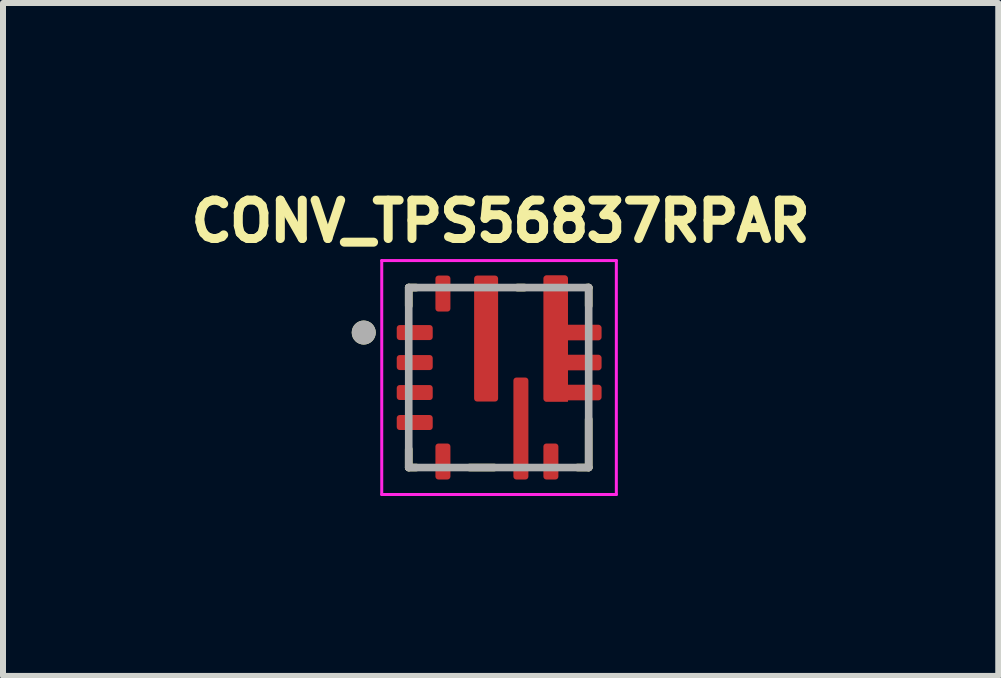
<source format=kicad_pcb>
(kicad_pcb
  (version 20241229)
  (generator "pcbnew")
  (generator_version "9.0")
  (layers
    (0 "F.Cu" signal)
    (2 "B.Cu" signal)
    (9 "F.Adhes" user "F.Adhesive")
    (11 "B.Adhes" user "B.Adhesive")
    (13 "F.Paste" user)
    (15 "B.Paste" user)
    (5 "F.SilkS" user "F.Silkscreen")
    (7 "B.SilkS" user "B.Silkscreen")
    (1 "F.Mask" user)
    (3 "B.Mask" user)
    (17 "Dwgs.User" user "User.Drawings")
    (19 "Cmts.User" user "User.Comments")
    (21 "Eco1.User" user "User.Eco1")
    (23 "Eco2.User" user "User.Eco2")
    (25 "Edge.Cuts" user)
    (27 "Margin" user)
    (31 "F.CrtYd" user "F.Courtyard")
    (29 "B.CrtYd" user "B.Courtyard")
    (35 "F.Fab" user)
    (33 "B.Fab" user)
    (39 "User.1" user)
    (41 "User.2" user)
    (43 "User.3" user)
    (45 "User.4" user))
  (footprint "CONV_TPS56837RPAR"
    (layer "F.Cu")
    (at 5.264 3.244)
    (property "Reference" "CONV_TPS56837RPAR" (at 0.032 -2.606 0) (layer "F.SilkS") (effects (font (size 0.64 0.64) (thickness 0.15))))
    (attr smd)
    (fp_poly (pts (xy -1.03 -0.675) (xy -1.03 -0.669) (xy -1.031 -0.662) (xy -1.031 -0.656) (xy -1.033 -0.65) (xy -1.034 -0.644) (xy -1.036 -0.638) (xy -1.038 -0.632) (xy -1.04 -0.626) (xy -1.043 -0.621) (xy -1.046 -0.615) (xy -1.049 -0.61) (xy -1.053 -0.604) (xy -1.057 -0.599) (xy -1.061 -0.595) (xy -1.065 -0.59) (xy -1.07 -0.586) (xy -1.074 -0.582) (xy -1.079 -0.578) (xy -1.085 -0.574) (xy -1.09 -0.571) (xy -1.096 -0.568) (xy -1.101 -0.565) (xy -1.107 -0.563) (xy -1.113 -0.561) (xy -1.119 -0.559) (xy -1.125 -0.558) (xy -1.131 -0.556) (xy -1.137 -0.556) (xy -1.144 -0.555) (xy -1.15 -0.555) (xy -1.65 -0.555) (xy -1.656 -0.555) (xy -1.663 -0.556) (xy -1.669 -0.556) (xy -1.675 -0.558) (xy -1.681 -0.559) (xy -1.687 -0.561) (xy -1.693 -0.563) (xy -1.699 -0.565) (xy -1.704 -0.568) (xy -1.71 -0.571) (xy -1.715 -0.574) (xy -1.721 -0.578) (xy -1.726 -0.582) (xy -1.73 -0.586) (xy -1.735 -0.59) (xy -1.739 -0.595) (xy -1.743 -0.599) (xy -1.747 -0.604) (xy -1.751 -0.61) (xy -1.754 -0.615) (xy -1.757 -0.621) (xy -1.76 -0.626) (xy -1.762 -0.632) (xy -1.764 -0.638) (xy -1.766 -0.644) (xy -1.767 -0.65) (xy -1.769 -0.656) (xy -1.769 -0.662) (xy -1.77 -0.669) (xy -1.77 -0.675) (xy -1.77 -0.825) (xy -1.77 -0.831) (xy -1.769 -0.838) (xy -1.769 -0.844) (xy -1.767 -0.85) (xy -1.766 -0.856) (xy -1.764 -0.862) (xy -1.762 -0.868) (xy -1.76 -0.874) (xy -1.757 -0.879) (xy -1.754 -0.885) (xy -1.751 -0.89) (xy -1.747 -0.896) (xy -1.743 -0.901) (xy -1.739 -0.905) (xy -1.735 -0.91) (xy -1.73 -0.914) (xy -1.726 -0.918) (xy -1.721 -0.922) (xy -1.715 -0.926) (xy -1.71 -0.929) (xy -1.704 -0.932) (xy -1.699 -0.935) (xy -1.693 -0.937) (xy -1.687 -0.939) (xy -1.681 -0.941) (xy -1.675 -0.942) (xy -1.669 -0.944) (xy -1.663 -0.944) (xy -1.656 -0.945) (xy -1.65 -0.945) (xy -1.15 -0.945) (xy -1.144 -0.945) (xy -1.137 -0.944) (xy -1.131 -0.944) (xy -1.125 -0.942) (xy -1.119 -0.941) (xy -1.113 -0.939) (xy -1.107 -0.937) (xy -1.101 -0.935) (xy -1.096 -0.932) (xy -1.09 -0.929) (xy -1.085 -0.926) (xy -1.079 -0.922) (xy -1.074 -0.918) (xy -1.07 -0.914) (xy -1.065 -0.91) (xy -1.061 -0.905) (xy -1.057 -0.901) (xy -1.053 -0.896) (xy -1.049 -0.89) (xy -1.046 -0.885) (xy -1.043 -0.879) (xy -1.04 -0.874) (xy -1.038 -0.868) (xy -1.036 -0.862) (xy -1.034 -0.856) (xy -1.033 -0.85) (xy -1.031 -0.844) (xy -1.031 -0.838) (xy -1.03 -0.831) (xy -1.03 -0.825) (xy -1.03 -0.675)) (stroke (width 0.01) (type solid)) (fill yes) (layer "F.Mask"))
    (fp_poly (pts (xy -1.03 -0.175) (xy -1.03 -0.169) (xy -1.031 -0.162) (xy -1.031 -0.156) (xy -1.033 -0.15) (xy -1.034 -0.144) (xy -1.036 -0.138) (xy -1.038 -0.132) (xy -1.04 -0.126) (xy -1.043 -0.121) (xy -1.046 -0.115) (xy -1.049 -0.11) (xy -1.053 -0.104) (xy -1.057 -0.099) (xy -1.061 -0.095) (xy -1.065 -0.09) (xy -1.07 -0.086) (xy -1.074 -0.082) (xy -1.079 -0.078) (xy -1.085 -0.074) (xy -1.09 -0.071) (xy -1.096 -0.068) (xy -1.101 -0.065) (xy -1.107 -0.063) (xy -1.113 -0.061) (xy -1.119 -0.059) (xy -1.125 -0.058) (xy -1.131 -0.056) (xy -1.137 -0.056) (xy -1.144 -0.055) (xy -1.15 -0.055) (xy -1.65 -0.055) (xy -1.656 -0.055) (xy -1.663 -0.056) (xy -1.669 -0.056) (xy -1.675 -0.058) (xy -1.681 -0.059) (xy -1.687 -0.061) (xy -1.693 -0.063) (xy -1.699 -0.065) (xy -1.704 -0.068) (xy -1.71 -0.071) (xy -1.715 -0.074) (xy -1.721 -0.078) (xy -1.726 -0.082) (xy -1.73 -0.086) (xy -1.735 -0.09) (xy -1.739 -0.095) (xy -1.743 -0.099) (xy -1.747 -0.104) (xy -1.751 -0.11) (xy -1.754 -0.115) (xy -1.757 -0.121) (xy -1.76 -0.126) (xy -1.762 -0.132) (xy -1.764 -0.138) (xy -1.766 -0.144) (xy -1.767 -0.15) (xy -1.769 -0.156) (xy -1.769 -0.162) (xy -1.77 -0.169) (xy -1.77 -0.175) (xy -1.77 -0.325) (xy -1.77 -0.331) (xy -1.769 -0.338) (xy -1.769 -0.344) (xy -1.767 -0.35) (xy -1.766 -0.356) (xy -1.764 -0.362) (xy -1.762 -0.368) (xy -1.76 -0.374) (xy -1.757 -0.379) (xy -1.754 -0.385) (xy -1.751 -0.39) (xy -1.747 -0.396) (xy -1.743 -0.401) (xy -1.739 -0.405) (xy -1.735 -0.41) (xy -1.73 -0.414) (xy -1.726 -0.418) (xy -1.721 -0.422) (xy -1.715 -0.426) (xy -1.71 -0.429) (xy -1.704 -0.432) (xy -1.699 -0.435) (xy -1.693 -0.437) (xy -1.687 -0.439) (xy -1.681 -0.441) (xy -1.675 -0.442) (xy -1.669 -0.444) (xy -1.663 -0.444) (xy -1.656 -0.445) (xy -1.65 -0.445) (xy -1.15 -0.445) (xy -1.144 -0.445) (xy -1.137 -0.444) (xy -1.131 -0.444) (xy -1.125 -0.442) (xy -1.119 -0.441) (xy -1.113 -0.439) (xy -1.107 -0.437) (xy -1.101 -0.435) (xy -1.096 -0.432) (xy -1.09 -0.429) (xy -1.085 -0.426) (xy -1.079 -0.422) (xy -1.074 -0.418) (xy -1.07 -0.414) (xy -1.065 -0.41) (xy -1.061 -0.405) (xy -1.057 -0.401) (xy -1.053 -0.396) (xy -1.049 -0.39) (xy -1.046 -0.385) (xy -1.043 -0.379) (xy -1.04 -0.374) (xy -1.038 -0.368) (xy -1.036 -0.362) (xy -1.034 -0.356) (xy -1.033 -0.35) (xy -1.031 -0.344) (xy -1.031 -0.338) (xy -1.03 -0.331) (xy -1.03 -0.325) (xy -1.03 -0.175)) (stroke (width 0.01) (type solid)) (fill yes) (layer "F.Mask"))
    (fp_poly (pts (xy -1.03 0.325) (xy -1.03 0.331) (xy -1.031 0.338) (xy -1.031 0.344) (xy -1.033 0.35) (xy -1.034 0.356) (xy -1.036 0.362) (xy -1.038 0.368) (xy -1.04 0.374) (xy -1.043 0.379) (xy -1.046 0.385) (xy -1.049 0.39) (xy -1.053 0.396) (xy -1.057 0.401) (xy -1.061 0.405) (xy -1.065 0.41) (xy -1.07 0.414) (xy -1.074 0.418) (xy -1.079 0.422) (xy -1.085 0.426) (xy -1.09 0.429) (xy -1.096 0.432) (xy -1.101 0.435) (xy -1.107 0.437) (xy -1.113 0.439) (xy -1.119 0.441) (xy -1.125 0.442) (xy -1.131 0.444) (xy -1.137 0.444) (xy -1.144 0.445) (xy -1.15 0.445) (xy -1.65 0.445) (xy -1.656 0.445) (xy -1.663 0.444) (xy -1.669 0.444) (xy -1.675 0.442) (xy -1.681 0.441) (xy -1.687 0.439) (xy -1.693 0.437) (xy -1.699 0.435) (xy -1.704 0.432) (xy -1.71 0.429) (xy -1.715 0.426) (xy -1.721 0.422) (xy -1.726 0.418) (xy -1.73 0.414) (xy -1.735 0.41) (xy -1.739 0.405) (xy -1.743 0.401) (xy -1.747 0.396) (xy -1.751 0.39) (xy -1.754 0.385) (xy -1.757 0.379) (xy -1.76 0.374) (xy -1.762 0.368) (xy -1.764 0.362) (xy -1.766 0.356) (xy -1.767 0.35) (xy -1.769 0.344) (xy -1.769 0.338) (xy -1.77 0.331) (xy -1.77 0.325) (xy -1.77 0.175) (xy -1.77 0.169) (xy -1.769 0.162) (xy -1.769 0.156) (xy -1.767 0.15) (xy -1.766 0.144) (xy -1.764 0.138) (xy -1.762 0.132) (xy -1.76 0.126) (xy -1.757 0.121) (xy -1.754 0.115) (xy -1.751 0.11) (xy -1.747 0.104) (xy -1.743 0.099) (xy -1.739 0.095) (xy -1.735 0.09) (xy -1.73 0.086) (xy -1.726 0.082) (xy -1.721 0.078) (xy -1.715 0.074) (xy -1.71 0.071) (xy -1.704 0.068) (xy -1.699 0.065) (xy -1.693 0.063) (xy -1.687 0.061) (xy -1.681 0.059) (xy -1.675 0.058) (xy -1.669 0.056) (xy -1.663 0.056) (xy -1.656 0.055) (xy -1.65 0.055) (xy -1.15 0.055) (xy -1.144 0.055) (xy -1.137 0.056) (xy -1.131 0.056) (xy -1.125 0.058) (xy -1.119 0.059) (xy -1.113 0.061) (xy -1.107 0.063) (xy -1.101 0.065) (xy -1.096 0.068) (xy -1.09 0.071) (xy -1.085 0.074) (xy -1.079 0.078) (xy -1.074 0.082) (xy -1.07 0.086) (xy -1.065 0.09) (xy -1.061 0.095) (xy -1.057 0.099) (xy -1.053 0.104) (xy -1.049 0.11) (xy -1.046 0.115) (xy -1.043 0.121) (xy -1.04 0.126) (xy -1.038 0.132) (xy -1.036 0.138) (xy -1.034 0.144) (xy -1.033 0.15) (xy -1.031 0.156) (xy -1.031 0.162) (xy -1.03 0.169) (xy -1.03 0.175) (xy -1.03 0.325)) (stroke (width 0.01) (type solid)) (fill yes) (layer "F.Mask"))
    (fp_poly (pts (xy -1.03 0.825) (xy -1.03 0.831) (xy -1.031 0.838) (xy -1.031 0.844) (xy -1.033 0.85) (xy -1.034 0.856) (xy -1.036 0.862) (xy -1.038 0.868) (xy -1.04 0.874) (xy -1.043 0.879) (xy -1.046 0.885) (xy -1.049 0.89) (xy -1.053 0.896) (xy -1.057 0.901) (xy -1.061 0.905) (xy -1.065 0.91) (xy -1.07 0.914) (xy -1.074 0.918) (xy -1.079 0.922) (xy -1.085 0.926) (xy -1.09 0.929) (xy -1.096 0.932) (xy -1.101 0.935) (xy -1.107 0.937) (xy -1.113 0.939) (xy -1.119 0.941) (xy -1.125 0.942) (xy -1.131 0.944) (xy -1.137 0.944) (xy -1.144 0.945) (xy -1.15 0.945) (xy -1.65 0.945) (xy -1.656 0.945) (xy -1.663 0.944) (xy -1.669 0.944) (xy -1.675 0.942) (xy -1.681 0.941) (xy -1.687 0.939) (xy -1.693 0.937) (xy -1.699 0.935) (xy -1.704 0.932) (xy -1.71 0.929) (xy -1.715 0.926) (xy -1.721 0.922) (xy -1.726 0.918) (xy -1.73 0.914) (xy -1.735 0.91) (xy -1.739 0.905) (xy -1.743 0.901) (xy -1.747 0.896) (xy -1.751 0.89) (xy -1.754 0.885) (xy -1.757 0.879) (xy -1.76 0.874) (xy -1.762 0.868) (xy -1.764 0.862) (xy -1.766 0.856) (xy -1.767 0.85) (xy -1.769 0.844) (xy -1.769 0.838) (xy -1.77 0.831) (xy -1.77 0.825) (xy -1.77 0.675) (xy -1.77 0.669) (xy -1.769 0.662) (xy -1.769 0.656) (xy -1.767 0.65) (xy -1.766 0.644) (xy -1.764 0.638) (xy -1.762 0.632) (xy -1.76 0.626) (xy -1.757 0.621) (xy -1.754 0.615) (xy -1.751 0.61) (xy -1.747 0.604) (xy -1.743 0.599) (xy -1.739 0.595) (xy -1.735 0.59) (xy -1.73 0.586) (xy -1.726 0.582) (xy -1.721 0.578) (xy -1.715 0.574) (xy -1.71 0.571) (xy -1.704 0.568) (xy -1.699 0.565) (xy -1.693 0.563) (xy -1.687 0.561) (xy -1.681 0.559) (xy -1.675 0.558) (xy -1.669 0.556) (xy -1.663 0.556) (xy -1.656 0.555) (xy -1.65 0.555) (xy -1.15 0.555) (xy -1.144 0.555) (xy -1.137 0.556) (xy -1.131 0.556) (xy -1.125 0.558) (xy -1.119 0.559) (xy -1.113 0.561) (xy -1.107 0.563) (xy -1.101 0.565) (xy -1.096 0.568) (xy -1.09 0.571) (xy -1.085 0.574) (xy -1.079 0.578) (xy -1.074 0.582) (xy -1.07 0.586) (xy -1.065 0.59) (xy -1.061 0.595) (xy -1.057 0.599) (xy -1.053 0.604) (xy -1.049 0.61) (xy -1.046 0.615) (xy -1.043 0.621) (xy -1.04 0.626) (xy -1.038 0.632) (xy -1.036 0.638) (xy -1.034 0.644) (xy -1.033 0.65) (xy -1.031 0.656) (xy -1.031 0.662) (xy -1.03 0.669) (xy -1.03 0.675) (xy -1.03 0.825)) (stroke (width 0.01) (type solid)) (fill yes) (layer "F.Mask"))
    (fp_poly (pts (xy -1.005 -1.03) (xy -1.011 -1.03) (xy -1.018 -1.031) (xy -1.024 -1.031) (xy -1.03 -1.033) (xy -1.036 -1.034) (xy -1.042 -1.036) (xy -1.048 -1.038) (xy -1.054 -1.04) (xy -1.059 -1.043) (xy -1.065 -1.046) (xy -1.07 -1.049) (xy -1.076 -1.053) (xy -1.081 -1.057) (xy -1.085 -1.061) (xy -1.09 -1.065) (xy -1.094 -1.07) (xy -1.098 -1.074) (xy -1.102 -1.079) (xy -1.106 -1.085) (xy -1.109 -1.09) (xy -1.112 -1.096) (xy -1.115 -1.101) (xy -1.117 -1.107) (xy -1.119 -1.113) (xy -1.121 -1.119) (xy -1.122 -1.125) (xy -1.124 -1.131) (xy -1.124 -1.137) (xy -1.125 -1.144) (xy -1.125 -1.15) (xy -1.125 -1.65) (xy -1.125 -1.656) (xy -1.124 -1.663) (xy -1.124 -1.669) (xy -1.122 -1.675) (xy -1.121 -1.681) (xy -1.119 -1.687) (xy -1.117 -1.693) (xy -1.115 -1.699) (xy -1.112 -1.704) (xy -1.109 -1.71) (xy -1.106 -1.715) (xy -1.102 -1.721) (xy -1.098 -1.726) (xy -1.094 -1.73) (xy -1.09 -1.735) (xy -1.085 -1.739) (xy -1.081 -1.743) (xy -1.076 -1.747) (xy -1.07 -1.751) (xy -1.065 -1.754) (xy -1.059 -1.757) (xy -1.054 -1.76) (xy -1.048 -1.762) (xy -1.042 -1.764) (xy -1.036 -1.766) (xy -1.03 -1.767) (xy -1.024 -1.769) (xy -1.018 -1.769) (xy -1.011 -1.77) (xy -1.005 -1.77) (xy -0.855 -1.77) (xy -0.849 -1.77) (xy -0.842 -1.769) (xy -0.836 -1.769) (xy -0.83 -1.767) (xy -0.824 -1.766) (xy -0.818 -1.764) (xy -0.812 -1.762) (xy -0.806 -1.76) (xy -0.801 -1.757) (xy -0.795 -1.754) (xy -0.79 -1.751) (xy -0.784 -1.747) (xy -0.779 -1.743) (xy -0.775 -1.739) (xy -0.77 -1.735) (xy -0.766 -1.73) (xy -0.762 -1.726) (xy -0.758 -1.721) (xy -0.754 -1.715) (xy -0.751 -1.71) (xy -0.748 -1.704) (xy -0.745 -1.699) (xy -0.743 -1.693) (xy -0.741 -1.687) (xy -0.739 -1.681) (xy -0.738 -1.675) (xy -0.736 -1.669) (xy -0.736 -1.663) (xy -0.735 -1.656) (xy -0.735 -1.65) (xy -0.735 -1.15) (xy -0.735 -1.144) (xy -0.736 -1.137) (xy -0.736 -1.131) (xy -0.738 -1.125) (xy -0.739 -1.119) (xy -0.741 -1.113) (xy -0.743 -1.107) (xy -0.745 -1.101) (xy -0.748 -1.096) (xy -0.751 -1.09) (xy -0.754 -1.085) (xy -0.758 -1.079) (xy -0.762 -1.074) (xy -0.766 -1.07) (xy -0.77 -1.065) (xy -0.775 -1.061) (xy -0.779 -1.057) (xy -0.784 -1.053) (xy -0.79 -1.049) (xy -0.795 -1.046) (xy -0.801 -1.043) (xy -0.806 -1.04) (xy -0.812 -1.038) (xy -0.818 -1.036) (xy -0.824 -1.034) (xy -0.83 -1.033) (xy -0.836 -1.031) (xy -0.842 -1.031) (xy -0.849 -1.03) (xy -0.855 -1.03) (xy -1.005 -1.03)) (stroke (width 0.01) (type solid)) (fill yes) (layer "F.Mask"))
    (fp_poly (pts (xy -1.005 1.77) (xy -1.011 1.77) (xy -1.018 1.769) (xy -1.024 1.769) (xy -1.03 1.767) (xy -1.036 1.766) (xy -1.042 1.764) (xy -1.048 1.762) (xy -1.054 1.76) (xy -1.059 1.757) (xy -1.065 1.754) (xy -1.07 1.751) (xy -1.076 1.747) (xy -1.081 1.743) (xy -1.085 1.739) (xy -1.09 1.735) (xy -1.094 1.73) (xy -1.098 1.726) (xy -1.102 1.721) (xy -1.106 1.715) (xy -1.109 1.71) (xy -1.112 1.704) (xy -1.115 1.699) (xy -1.117 1.693) (xy -1.119 1.687) (xy -1.121 1.681) (xy -1.122 1.675) (xy -1.124 1.669) (xy -1.124 1.663) (xy -1.125 1.656) (xy -1.125 1.65) (xy -1.125 1.15) (xy -1.125 1.144) (xy -1.124 1.137) (xy -1.124 1.131) (xy -1.122 1.125) (xy -1.121 1.119) (xy -1.119 1.113) (xy -1.117 1.107) (xy -1.115 1.101) (xy -1.112 1.096) (xy -1.109 1.09) (xy -1.106 1.085) (xy -1.102 1.079) (xy -1.098 1.074) (xy -1.094 1.07) (xy -1.09 1.065) (xy -1.085 1.061) (xy -1.081 1.057) (xy -1.076 1.053) (xy -1.07 1.049) (xy -1.065 1.046) (xy -1.059 1.043) (xy -1.054 1.04) (xy -1.048 1.038) (xy -1.042 1.036) (xy -1.036 1.034) (xy -1.03 1.033) (xy -1.024 1.031) (xy -1.018 1.031) (xy -1.011 1.03) (xy -1.005 1.03) (xy -0.855 1.03) (xy -0.849 1.03) (xy -0.842 1.031) (xy -0.836 1.031) (xy -0.83 1.033) (xy -0.824 1.034) (xy -0.818 1.036) (xy -0.812 1.038) (xy -0.806 1.04) (xy -0.801 1.043) (xy -0.795 1.046) (xy -0.79 1.049) (xy -0.784 1.053) (xy -0.779 1.057) (xy -0.775 1.061) (xy -0.77 1.065) (xy -0.766 1.07) (xy -0.762 1.074) (xy -0.758 1.079) (xy -0.754 1.085) (xy -0.751 1.09) (xy -0.748 1.096) (xy -0.745 1.101) (xy -0.743 1.107) (xy -0.741 1.113) (xy -0.739 1.119) (xy -0.738 1.125) (xy -0.736 1.131) (xy -0.736 1.137) (xy -0.735 1.144) (xy -0.735 1.15) (xy -0.735 1.65) (xy -0.735 1.656) (xy -0.736 1.663) (xy -0.736 1.669) (xy -0.738 1.675) (xy -0.739 1.681) (xy -0.741 1.687) (xy -0.743 1.693) (xy -0.745 1.699) (xy -0.748 1.704) (xy -0.751 1.71) (xy -0.754 1.715) (xy -0.758 1.721) (xy -0.762 1.726) (xy -0.766 1.73) (xy -0.77 1.735) (xy -0.775 1.739) (xy -0.779 1.743) (xy -0.784 1.747) (xy -0.79 1.751) (xy -0.795 1.754) (xy -0.801 1.757) (xy -0.806 1.76) (xy -0.812 1.762) (xy -0.818 1.764) (xy -0.824 1.766) (xy -0.83 1.767) (xy -0.836 1.769) (xy -0.842 1.769) (xy -0.849 1.77) (xy -0.855 1.77) (xy -1.005 1.77)) (stroke (width 0.01) (type solid)) (fill yes) (layer "F.Mask"))
    (fp_poly (pts (xy -0.06 -1.77) (xy -0.36 -1.77) (xy -0.366 -1.77) (xy -0.373 -1.769) (xy -0.379 -1.769) (xy -0.385 -1.767) (xy -0.391 -1.766) (xy -0.397 -1.764) (xy -0.403 -1.762) (xy -0.409 -1.76) (xy -0.414 -1.757) (xy -0.42 -1.754) (xy -0.425 -1.751) (xy -0.431 -1.747) (xy -0.436 -1.743) (xy -0.44 -1.739) (xy -0.445 -1.735) (xy -0.449 -1.73) (xy -0.453 -1.726) (xy -0.457 -1.721) (xy -0.461 -1.715) (xy -0.464 -1.71) (xy -0.467 -1.704) (xy -0.47 -1.699) (xy -0.472 -1.693) (xy -0.474 -1.687) (xy -0.476 -1.681) (xy -0.477 -1.675) (xy -0.479 -1.669) (xy -0.479 -1.663) (xy -0.48 -1.656) (xy -0.48 -1.65) (xy -0.48 0.35) (xy -0.48 0.356) (xy -0.479 0.363) (xy -0.479 0.369) (xy -0.477 0.375) (xy -0.476 0.381) (xy -0.474 0.387) (xy -0.472 0.393) (xy -0.47 0.399) (xy -0.467 0.404) (xy -0.464 0.41) (xy -0.461 0.415) (xy -0.457 0.421) (xy -0.453 0.426) (xy -0.449 0.43) (xy -0.445 0.435) (xy -0.44 0.439) (xy -0.436 0.443) (xy -0.431 0.447) (xy -0.425 0.451) (xy -0.42 0.454) (xy -0.414 0.457) (xy -0.409 0.46) (xy -0.403 0.462) (xy -0.397 0.464) (xy -0.391 0.466) (xy -0.385 0.467) (xy -0.379 0.469) (xy -0.373 0.469) (xy -0.366 0.47) (xy -0.36 0.47) (xy -0.06 0.47) (xy -0.054 0.47) (xy -0.047 0.469) (xy -0.041 0.469) (xy -0.035 0.467) (xy -0.029 0.466) (xy -0.023 0.464) (xy -0.017 0.462) (xy -0.011 0.46) (xy -0.006 0.457) (xy 0 0.454) (xy 0.005 0.451) (xy 0.011 0.447) (xy 0.016 0.443) (xy 0.02 0.439) (xy 0.025 0.435) (xy 0.029 0.43) (xy 0.033 0.426) (xy 0.037 0.421) (xy 0.041 0.415) (xy 0.044 0.41) (xy 0.047 0.404) (xy 0.05 0.399) (xy 0.052 0.393) (xy 0.054 0.387) (xy 0.056 0.381) (xy 0.057 0.375) (xy 0.059 0.369) (xy 0.059 0.363) (xy 0.06 0.356) (xy 0.06 0.35) (xy 0.06 -1.65) (xy 0.06 -1.656) (xy 0.059 -1.663) (xy 0.059 -1.669) (xy 0.057 -1.675) (xy 0.056 -1.681) (xy 0.054 -1.687) (xy 0.052 -1.693) (xy 0.05 -1.699) (xy 0.047 -1.704) (xy 0.044 -1.71) (xy 0.041 -1.715) (xy 0.037 -1.721) (xy 0.033 -1.726) (xy 0.029 -1.73) (xy 0.025 -1.735) (xy 0.02 -1.739) (xy 0.016 -1.743) (xy 0.011 -1.747) (xy 0.005 -1.751) (xy 0 -1.754) (xy -0.006 -1.757) (xy -0.011 -1.76) (xy -0.017 -1.762) (xy -0.023 -1.764) (xy -0.029 -1.766) (xy -0.035 -1.767) (xy -0.041 -1.769) (xy -0.047 -1.769) (xy -0.054 -1.77) (xy -0.06 -1.77)) (stroke (width 0.01) (type solid)) (fill yes) (layer "F.Mask"))
    (fp_poly (pts (xy 0.175 0.05) (xy 0.175 1.65) (xy 0.175 1.656) (xy 0.176 1.663) (xy 0.176 1.669) (xy 0.178 1.675) (xy 0.179 1.681) (xy 0.181 1.687) (xy 0.183 1.693) (xy 0.185 1.699) (xy 0.188 1.704) (xy 0.191 1.71) (xy 0.194 1.715) (xy 0.198 1.721) (xy 0.202 1.726) (xy 0.206 1.73) (xy 0.21 1.735) (xy 0.215 1.739) (xy 0.219 1.743) (xy 0.224 1.747) (xy 0.23 1.751) (xy 0.235 1.754) (xy 0.241 1.757) (xy 0.246 1.76) (xy 0.252 1.762) (xy 0.258 1.764) (xy 0.264 1.766) (xy 0.27 1.767) (xy 0.276 1.769) (xy 0.282 1.769) (xy 0.289 1.77) (xy 0.295 1.77) (xy 0.445 1.77) (xy 0.451 1.77) (xy 0.458 1.769) (xy 0.464 1.769) (xy 0.47 1.767) (xy 0.476 1.766) (xy 0.482 1.764) (xy 0.488 1.762) (xy 0.494 1.76) (xy 0.499 1.757) (xy 0.505 1.754) (xy 0.51 1.751) (xy 0.516 1.747) (xy 0.521 1.743) (xy 0.525 1.739) (xy 0.53 1.735) (xy 0.534 1.73) (xy 0.538 1.726) (xy 0.542 1.721) (xy 0.546 1.715) (xy 0.549 1.71) (xy 0.552 1.704) (xy 0.555 1.699) (xy 0.557 1.693) (xy 0.559 1.687) (xy 0.561 1.681) (xy 0.562 1.675) (xy 0.564 1.669) (xy 0.564 1.663) (xy 0.565 1.656) (xy 0.565 1.65) (xy 0.565 0.05) (xy 0.565 0.044) (xy 0.564 0.037) (xy 0.564 0.031) (xy 0.562 0.025) (xy 0.561 0.019) (xy 0.559 0.013) (xy 0.557 0.007) (xy 0.555 0.001) (xy 0.552 -0.004) (xy 0.549 -0.01) (xy 0.546 -0.015) (xy 0.542 -0.021) (xy 0.538 -0.026) (xy 0.534 -0.03) (xy 0.53 -0.035) (xy 0.525 -0.039) (xy 0.521 -0.043) (xy 0.516 -0.047) (xy 0.51 -0.051) (xy 0.505 -0.054) (xy 0.499 -0.057) (xy 0.494 -0.06) (xy 0.488 -0.062) (xy 0.482 -0.064) (xy 0.476 -0.066) (xy 0.47 -0.067) (xy 0.464 -0.069) (xy 0.458 -0.069) (xy 0.451 -0.07) (xy 0.445 -0.07) (xy 0.295 -0.07) (xy 0.289 -0.07) (xy 0.282 -0.069) (xy 0.276 -0.069) (xy 0.27 -0.067) (xy 0.264 -0.066) (xy 0.258 -0.064) (xy 0.252 -0.062) (xy 0.246 -0.06) (xy 0.241 -0.057) (xy 0.235 -0.054) (xy 0.23 -0.051) (xy 0.224 -0.047) (xy 0.219 -0.043) (xy 0.215 -0.039) (xy 0.21 -0.035) (xy 0.206 -0.03) (xy 0.202 -0.026) (xy 0.198 -0.021) (xy 0.194 -0.015) (xy 0.191 -0.01) (xy 0.188 -0.004) (xy 0.185 0.001) (xy 0.183 0.007) (xy 0.181 0.013) (xy 0.179 0.019) (xy 0.178 0.025) (xy 0.176 0.031) (xy 0.176 0.037) (xy 0.175 0.044) (xy 0.175 0.05)) (stroke (width 0.01) (type solid)) (fill yes) (layer "F.Mask"))
    (fp_poly (pts (xy 0.795 1.77) (xy 0.789 1.77) (xy 0.782 1.769) (xy 0.776 1.769) (xy 0.77 1.767) (xy 0.764 1.766) (xy 0.758 1.764) (xy 0.752 1.762) (xy 0.746 1.76) (xy 0.741 1.757) (xy 0.735 1.754) (xy 0.73 1.751) (xy 0.724 1.747) (xy 0.719 1.743) (xy 0.715 1.739) (xy 0.71 1.735) (xy 0.706 1.73) (xy 0.702 1.726) (xy 0.698 1.721) (xy 0.694 1.715) (xy 0.691 1.71) (xy 0.688 1.704) (xy 0.685 1.699) (xy 0.683 1.693) (xy 0.681 1.687) (xy 0.679 1.681) (xy 0.678 1.675) (xy 0.676 1.669) (xy 0.676 1.663) (xy 0.675 1.656) (xy 0.675 1.65) (xy 0.675 1.15) (xy 0.675 1.144) (xy 0.676 1.137) (xy 0.676 1.131) (xy 0.678 1.125) (xy 0.679 1.119) (xy 0.681 1.113) (xy 0.683 1.107) (xy 0.685 1.101) (xy 0.688 1.096) (xy 0.691 1.09) (xy 0.694 1.085) (xy 0.698 1.079) (xy 0.702 1.074) (xy 0.706 1.07) (xy 0.71 1.065) (xy 0.715 1.061) (xy 0.719 1.057) (xy 0.724 1.053) (xy 0.73 1.049) (xy 0.735 1.046) (xy 0.741 1.043) (xy 0.746 1.04) (xy 0.752 1.038) (xy 0.758 1.036) (xy 0.764 1.034) (xy 0.77 1.033) (xy 0.776 1.031) (xy 0.782 1.031) (xy 0.789 1.03) (xy 0.795 1.03) (xy 0.945 1.03) (xy 0.951 1.03) (xy 0.958 1.031) (xy 0.964 1.031) (xy 0.97 1.033) (xy 0.976 1.034) (xy 0.982 1.036) (xy 0.988 1.038) (xy 0.994 1.04) (xy 0.999 1.043) (xy 1.005 1.046) (xy 1.01 1.049) (xy 1.016 1.053) (xy 1.021 1.057) (xy 1.025 1.061) (xy 1.03 1.065) (xy 1.034 1.07) (xy 1.038 1.074) (xy 1.042 1.079) (xy 1.046 1.085) (xy 1.049 1.09) (xy 1.052 1.096) (xy 1.055 1.101) (xy 1.057 1.107) (xy 1.059 1.113) (xy 1.061 1.119) (xy 1.062 1.125) (xy 1.064 1.131) (xy 1.064 1.137) (xy 1.065 1.144) (xy 1.065 1.15) (xy 1.065 1.65) (xy 1.065 1.656) (xy 1.064 1.663) (xy 1.064 1.669) (xy 1.062 1.675) (xy 1.061 1.681) (xy 1.059 1.687) (xy 1.057 1.693) (xy 1.055 1.699) (xy 1.052 1.704) (xy 1.049 1.71) (xy 1.046 1.715) (xy 1.042 1.721) (xy 1.038 1.726) (xy 1.034 1.73) (xy 1.03 1.735) (xy 1.025 1.739) (xy 1.021 1.743) (xy 1.016 1.747) (xy 1.01 1.751) (xy 1.005 1.754) (xy 0.999 1.757) (xy 0.994 1.76) (xy 0.988 1.762) (xy 0.982 1.764) (xy 0.976 1.766) (xy 0.97 1.767) (xy 0.964 1.769) (xy 0.958 1.769) (xy 0.951 1.77) (xy 0.945 1.77) (xy 0.795 1.77)) (stroke (width 0.01) (type solid)) (fill yes) (layer "F.Mask"))
    (fp_poly (pts (xy 1.22 -0.945) (xy 1.22 -1.65) (xy 1.22 -1.656) (xy 1.219 -1.663) (xy 1.219 -1.669) (xy 1.217 -1.675) (xy 1.216 -1.681) (xy 1.214 -1.687) (xy 1.212 -1.693) (xy 1.21 -1.699) (xy 1.207 -1.704) (xy 1.204 -1.71) (xy 1.201 -1.715) (xy 1.197 -1.721) (xy 1.193 -1.726) (xy 1.189 -1.73) (xy 1.185 -1.735) (xy 1.18 -1.739) (xy 1.176 -1.743) (xy 1.171 -1.747) (xy 1.165 -1.751) (xy 1.16 -1.754) (xy 1.154 -1.757) (xy 1.149 -1.76) (xy 1.143 -1.762) (xy 1.137 -1.764) (xy 1.131 -1.766) (xy 1.125 -1.767) (xy 1.119 -1.769) (xy 1.113 -1.769) (xy 1.106 -1.77) (xy 1.1 -1.77) (xy 0.8 -1.77) (xy 0.794 -1.77) (xy 0.787 -1.769) (xy 0.781 -1.769) (xy 0.775 -1.767) (xy 0.769 -1.766) (xy 0.763 -1.764) (xy 0.757 -1.762) (xy 0.751 -1.76) (xy 0.746 -1.757) (xy 0.74 -1.754) (xy 0.735 -1.751) (xy 0.729 -1.747) (xy 0.724 -1.743) (xy 0.72 -1.739) (xy 0.715 -1.735) (xy 0.711 -1.73) (xy 0.707 -1.726) (xy 0.703 -1.721) (xy 0.699 -1.715) (xy 0.696 -1.71) (xy 0.693 -1.704) (xy 0.69 -1.699) (xy 0.688 -1.693) (xy 0.686 -1.687) (xy 0.684 -1.681) (xy 0.683 -1.675) (xy 0.681 -1.669) (xy 0.681 -1.663) (xy 0.68 -1.656) (xy 0.68 -1.65) (xy 0.68 0.35) (xy 0.68 0.356) (xy 0.681 0.363) (xy 0.681 0.369) (xy 0.683 0.375) (xy 0.684 0.381) (xy 0.686 0.387) (xy 0.688 0.393) (xy 0.69 0.399) (xy 0.693 0.404) (xy 0.696 0.41) (xy 0.699 0.415) (xy 0.703 0.421) (xy 0.707 0.426) (xy 0.711 0.43) (xy 0.715 0.435) (xy 0.72 0.439) (xy 0.724 0.443) (xy 0.729 0.447) (xy 0.735 0.451) (xy 0.74 0.454) (xy 0.746 0.457) (xy 0.751 0.46) (xy 0.757 0.462) (xy 0.763 0.464) (xy 0.769 0.466) (xy 0.775 0.467) (xy 0.781 0.469) (xy 0.787 0.469) (xy 0.794 0.47) (xy 0.8 0.47) (xy 1.22 0.47) (xy 1.22 0.445) (xy 1.66 0.445) (xy 1.666 0.445) (xy 1.673 0.444) (xy 1.679 0.444) (xy 1.685 0.442) (xy 1.691 0.441) (xy 1.697 0.439) (xy 1.703 0.437) (xy 1.709 0.435) (xy 1.714 0.432) (xy 1.72 0.429) (xy 1.725 0.426) (xy 1.731 0.422) (xy 1.736 0.418) (xy 1.74 0.414) (xy 1.745 0.41) (xy 1.749 0.405) (xy 1.753 0.401) (xy 1.757 0.396) (xy 1.761 0.39) (xy 1.764 0.385) (xy 1.767 0.379) (xy 1.77 0.374) (xy 1.772 0.368) (xy 1.774 0.362) (xy 1.776 0.356) (xy 1.777 0.35) (xy 1.779 0.344) (xy 1.779 0.338) (xy 1.78 0.331) (xy 1.78 0.325) (xy 1.78 0.175) (xy 1.78 0.169) (xy 1.779 0.162) (xy 1.779 0.156) (xy 1.777 0.15) (xy 1.776 0.144) (xy 1.774 0.138) (xy 1.772 0.132) (xy 1.77 0.126) (xy 1.767 0.121) (xy 1.764 0.115) (xy 1.761 0.11) (xy 1.757 0.104) (xy 1.753 0.099) (xy 1.749 0.095) (xy 1.745 0.09) (xy 1.74 0.086) (xy 1.736 0.082) (xy 1.731 0.078) (xy 1.725 0.074) (xy 1.72 0.071) (xy 1.714 0.068) (xy 1.709 0.065) (xy 1.703 0.063) (xy 1.697 0.061) (xy 1.691 0.059) (xy 1.685 0.058) (xy 1.679 0.056) (xy 1.673 0.056) (xy 1.666 0.055) (xy 1.66 0.055) (xy 1.22 0.055) (xy 1.22 -0.055) (xy 1.66 -0.055) (xy 1.666 -0.055) (xy 1.673 -0.056) (xy 1.679 -0.056) (xy 1.685 -0.058) (xy 1.691 -0.059) (xy 1.697 -0.061) (xy 1.703 -0.063) (xy 1.709 -0.065) (xy 1.714 -0.068) (xy 1.72 -0.071) (xy 1.725 -0.074) (xy 1.731 -0.078) (xy 1.736 -0.082) (xy 1.74 -0.086) (xy 1.745 -0.09) (xy 1.749 -0.095) (xy 1.753 -0.099) (xy 1.757 -0.104) (xy 1.761 -0.11) (xy 1.764 -0.115) (xy 1.767 -0.121) (xy 1.77 -0.126) (xy 1.772 -0.132) (xy 1.774 -0.138) (xy 1.776 -0.144) (xy 1.777 -0.15) (xy 1.779 -0.156) (xy 1.779 -0.162) (xy 1.78 -0.169) (xy 1.78 -0.175) (xy 1.78 -0.325) (xy 1.78 -0.331) (xy 1.779 -0.338) (xy 1.779 -0.344) (xy 1.777 -0.35) (xy 1.776 -0.356) (xy 1.774 -0.362) (xy 1.772 -0.368) (xy 1.77 -0.374) (xy 1.767 -0.379) (xy 1.764 -0.385) (xy 1.761 -0.39) (xy 1.757 -0.396) (xy 1.753 -0.401) (xy 1.749 -0.405) (xy 1.745 -0.41) (xy 1.74 -0.414) (xy 1.736 -0.418) (xy 1.731 -0.422) (xy 1.725 -0.426) (xy 1.72 -0.429) (xy 1.714 -0.432) (xy 1.709 -0.435) (xy 1.703 -0.437) (xy 1.697 -0.439) (xy 1.691 -0.441) (xy 1.685 -0.442) (xy 1.679 -0.444) (xy 1.673 -0.444) (xy 1.666 -0.445) (xy 1.66 -0.445) (xy 1.22 -0.445) (xy 1.22 -0.555) (xy 1.66 -0.555) (xy 1.666 -0.555) (xy 1.673 -0.556) (xy 1.679 -0.556) (xy 1.685 -0.558) (xy 1.691 -0.559) (xy 1.697 -0.561) (xy 1.703 -0.563) (xy 1.709 -0.565) (xy 1.714 -0.568) (xy 1.72 -0.571) (xy 1.725 -0.574) (xy 1.731 -0.578) (xy 1.736 -0.582) (xy 1.74 -0.586) (xy 1.745 -0.59) (xy 1.749 -0.595) (xy 1.753 -0.599) (xy 1.757 -0.604) (xy 1.761 -0.61) (xy 1.764 -0.615) (xy 1.767 -0.621) (xy 1.77 -0.626) (xy 1.772 -0.632) (xy 1.774 -0.638) (xy 1.776 -0.644) (xy 1.777 -0.65) (xy 1.779 -0.656) (xy 1.779 -0.662) (xy 1.78 -0.669) (xy 1.78 -0.675) (xy 1.78 -0.825) (xy 1.78 -0.831) (xy 1.779 -0.838) (xy 1.779 -0.844) (xy 1.777 -0.85) (xy 1.776 -0.856) (xy 1.774 -0.862) (xy 1.772 -0.868) (xy 1.77 -0.874) (xy 1.767 -0.879) (xy 1.764 -0.885) (xy 1.761 -0.89) (xy 1.757 -0.896) (xy 1.753 -0.901) (xy 1.749 -0.905) (xy 1.745 -0.91) (xy 1.74 -0.914) (xy 1.736 -0.918) (xy 1.731 -0.922) (xy 1.725 -0.926) (xy 1.72 -0.929) (xy 1.714 -0.932) (xy 1.709 -0.935) (xy 1.703 -0.937) (xy 1.697 -0.939) (xy 1.691 -0.941) (xy 1.685 -0.942) (xy 1.679 -0.944) (xy 1.673 -0.944) (xy 1.666 -0.945) (xy 1.66 -0.945) (xy 1.22 -0.945)) (stroke (width 0.01) (type solid)) (fill yes) (layer "F.Mask"))
    (fp_line (start -1.5 -1.5) (end -1.5 -1.195) (stroke (width 0.127) (type solid)) (layer "F.SilkS"))
    (fp_line (start -1.5 1.5) (end -1.5 1.195) (stroke (width 0.127) (type solid)) (layer "F.SilkS"))
    (fp_line (start -1.375 -1.5) (end -1.5 -1.5) (stroke (width 0.127) (type solid)) (layer "F.SilkS"))
    (fp_line (start -1.375 1.5) (end -1.5 1.5) (stroke (width 0.127) (type solid)) (layer "F.SilkS"))
    (fp_line (start -0.485 1.5) (end -0.075 1.5) (stroke (width 0.127) (type solid)) (layer "F.SilkS"))
    (fp_line (start 0.43 -1.5) (end 0.31 -1.5) (stroke (width 0.127) (type solid)) (layer "F.SilkS"))
    (fp_line (start 1.315 1.5) (end 1.5 1.5) (stroke (width 0.127) (type solid)) (layer "F.SilkS"))
    (fp_line (start 1.47 -1.5) (end 1.5 -1.5) (stroke (width 0.127) (type solid)) (layer "F.SilkS"))
    (fp_line (start 1.5 -1.195) (end 1.5 -1.5) (stroke (width 0.127) (type solid)) (layer "F.SilkS"))
    (fp_line (start 1.5 1.5) (end 1.5 0.695) (stroke (width 0.127) (type solid)) (layer "F.SilkS"))
    (fp_circle (center -2.25 -0.75) (end -2.15 -0.75) (stroke (width 0.2) (type solid)) (fill no) (layer "F.SilkS"))
    (fp_poly (pts (xy -1.1 -0.675) (xy -1.1 -0.825) (xy -1.1 -0.828) (xy -1.1 -0.83) (xy -1.101 -0.833) (xy -1.101 -0.835) (xy -1.102 -0.838) (xy -1.102 -0.84) (xy -1.103 -0.843) (xy -1.104 -0.845) (xy -1.105 -0.848) (xy -1.107 -0.85) (xy -1.108 -0.852) (xy -1.11 -0.854) (xy -1.111 -0.856) (xy -1.113 -0.858) (xy -1.115 -0.86) (xy -1.117 -0.862) (xy -1.119 -0.864) (xy -1.121 -0.865) (xy -1.123 -0.867) (xy -1.125 -0.868) (xy -1.127 -0.87) (xy -1.13 -0.871) (xy -1.132 -0.872) (xy -1.135 -0.873) (xy -1.137 -0.873) (xy -1.14 -0.874) (xy -1.142 -0.874) (xy -1.145 -0.875) (xy -1.147 -0.875) (xy -1.15 -0.875) (xy -1.65 -0.875) (xy -1.653 -0.875) (xy -1.655 -0.875) (xy -1.658 -0.874) (xy -1.66 -0.874) (xy -1.663 -0.873) (xy -1.665 -0.873) (xy -1.668 -0.872) (xy -1.67 -0.871) (xy -1.673 -0.87) (xy -1.675 -0.868) (xy -1.677 -0.867) (xy -1.679 -0.865) (xy -1.681 -0.864) (xy -1.683 -0.862) (xy -1.685 -0.86) (xy -1.687 -0.858) (xy -1.689 -0.856) (xy -1.69 -0.854) (xy -1.692 -0.852) (xy -1.693 -0.85) (xy -1.695 -0.848) (xy -1.696 -0.845) (xy -1.697 -0.843) (xy -1.698 -0.84) (xy -1.698 -0.838) (xy -1.699 -0.835) (xy -1.699 -0.833) (xy -1.7 -0.83) (xy -1.7 -0.828) (xy -1.7 -0.825) (xy -1.7 -0.675) (xy -1.7 -0.672) (xy -1.7 -0.67) (xy -1.699 -0.667) (xy -1.699 -0.665) (xy -1.698 -0.662) (xy -1.698 -0.66) (xy -1.697 -0.657) (xy -1.696 -0.655) (xy -1.695 -0.652) (xy -1.693 -0.65) (xy -1.692 -0.648) (xy -1.69 -0.646) (xy -1.689 -0.644) (xy -1.687 -0.642) (xy -1.685 -0.64) (xy -1.683 -0.638) (xy -1.681 -0.636) (xy -1.679 -0.635) (xy -1.677 -0.633) (xy -1.675 -0.632) (xy -1.673 -0.63) (xy -1.67 -0.629) (xy -1.668 -0.628) (xy -1.665 -0.627) (xy -1.663 -0.627) (xy -1.66 -0.626) (xy -1.658 -0.626) (xy -1.655 -0.625) (xy -1.653 -0.625) (xy -1.65 -0.625) (xy -1.15 -0.625) (xy -1.147 -0.625) (xy -1.145 -0.625) (xy -1.142 -0.626) (xy -1.14 -0.626) (xy -1.137 -0.627) (xy -1.135 -0.627) (xy -1.132 -0.628) (xy -1.13 -0.629) (xy -1.127 -0.63) (xy -1.125 -0.632) (xy -1.123 -0.633) (xy -1.121 -0.635) (xy -1.119 -0.636) (xy -1.117 -0.638) (xy -1.115 -0.64) (xy -1.113 -0.642) (xy -1.111 -0.644) (xy -1.11 -0.646) (xy -1.108 -0.648) (xy -1.107 -0.65) (xy -1.105 -0.652) (xy -1.104 -0.655) (xy -1.103 -0.657) (xy -1.102 -0.66) (xy -1.102 -0.662) (xy -1.101 -0.665) (xy -1.101 -0.667) (xy -1.1 -0.67) (xy -1.1 -0.672) (xy -1.1 -0.675)) (stroke (width 0.01) (type solid)) (fill yes) (layer "F.Paste"))
    (fp_poly (pts (xy -1.1 -0.175) (xy -1.1 -0.325) (xy -1.1 -0.328) (xy -1.1 -0.33) (xy -1.101 -0.333) (xy -1.101 -0.335) (xy -1.102 -0.338) (xy -1.102 -0.34) (xy -1.103 -0.343) (xy -1.104 -0.345) (xy -1.105 -0.348) (xy -1.107 -0.35) (xy -1.108 -0.352) (xy -1.11 -0.354) (xy -1.111 -0.356) (xy -1.113 -0.358) (xy -1.115 -0.36) (xy -1.117 -0.362) (xy -1.119 -0.364) (xy -1.121 -0.365) (xy -1.123 -0.367) (xy -1.125 -0.368) (xy -1.127 -0.37) (xy -1.13 -0.371) (xy -1.132 -0.372) (xy -1.135 -0.373) (xy -1.137 -0.373) (xy -1.14 -0.374) (xy -1.142 -0.374) (xy -1.145 -0.375) (xy -1.147 -0.375) (xy -1.15 -0.375) (xy -1.65 -0.375) (xy -1.653 -0.375) (xy -1.655 -0.375) (xy -1.658 -0.374) (xy -1.66 -0.374) (xy -1.663 -0.373) (xy -1.665 -0.373) (xy -1.668 -0.372) (xy -1.67 -0.371) (xy -1.673 -0.37) (xy -1.675 -0.368) (xy -1.677 -0.367) (xy -1.679 -0.365) (xy -1.681 -0.364) (xy -1.683 -0.362) (xy -1.685 -0.36) (xy -1.687 -0.358) (xy -1.689 -0.356) (xy -1.69 -0.354) (xy -1.692 -0.352) (xy -1.693 -0.35) (xy -1.695 -0.348) (xy -1.696 -0.345) (xy -1.697 -0.343) (xy -1.698 -0.34) (xy -1.698 -0.338) (xy -1.699 -0.335) (xy -1.699 -0.333) (xy -1.7 -0.33) (xy -1.7 -0.328) (xy -1.7 -0.325) (xy -1.7 -0.175) (xy -1.7 -0.172) (xy -1.7 -0.17) (xy -1.699 -0.167) (xy -1.699 -0.165) (xy -1.698 -0.162) (xy -1.698 -0.16) (xy -1.697 -0.157) (xy -1.696 -0.155) (xy -1.695 -0.152) (xy -1.693 -0.15) (xy -1.692 -0.148) (xy -1.69 -0.146) (xy -1.689 -0.144) (xy -1.687 -0.142) (xy -1.685 -0.14) (xy -1.683 -0.138) (xy -1.681 -0.136) (xy -1.679 -0.135) (xy -1.677 -0.133) (xy -1.675 -0.132) (xy -1.673 -0.13) (xy -1.67 -0.129) (xy -1.668 -0.128) (xy -1.665 -0.127) (xy -1.663 -0.127) (xy -1.66 -0.126) (xy -1.658 -0.126) (xy -1.655 -0.125) (xy -1.653 -0.125) (xy -1.65 -0.125) (xy -1.15 -0.125) (xy -1.147 -0.125) (xy -1.145 -0.125) (xy -1.142 -0.126) (xy -1.14 -0.126) (xy -1.137 -0.127) (xy -1.135 -0.127) (xy -1.132 -0.128) (xy -1.13 -0.129) (xy -1.127 -0.13) (xy -1.125 -0.132) (xy -1.123 -0.133) (xy -1.121 -0.135) (xy -1.119 -0.136) (xy -1.117 -0.138) (xy -1.115 -0.14) (xy -1.113 -0.142) (xy -1.111 -0.144) (xy -1.11 -0.146) (xy -1.108 -0.148) (xy -1.107 -0.15) (xy -1.105 -0.152) (xy -1.104 -0.155) (xy -1.103 -0.157) (xy -1.102 -0.16) (xy -1.102 -0.162) (xy -1.101 -0.165) (xy -1.101 -0.167) (xy -1.1 -0.17) (xy -1.1 -0.172) (xy -1.1 -0.175)) (stroke (width 0.01) (type solid)) (fill yes) (layer "F.Paste"))
    (fp_poly (pts (xy -1.1 0.325) (xy -1.1 0.175) (xy -1.1 0.172) (xy -1.1 0.17) (xy -1.101 0.167) (xy -1.101 0.165) (xy -1.102 0.162) (xy -1.102 0.16) (xy -1.103 0.157) (xy -1.104 0.155) (xy -1.105 0.152) (xy -1.107 0.15) (xy -1.108 0.148) (xy -1.11 0.146) (xy -1.111 0.144) (xy -1.113 0.142) (xy -1.115 0.14) (xy -1.117 0.138) (xy -1.119 0.136) (xy -1.121 0.135) (xy -1.123 0.133) (xy -1.125 0.132) (xy -1.127 0.13) (xy -1.13 0.129) (xy -1.132 0.128) (xy -1.135 0.127) (xy -1.137 0.127) (xy -1.14 0.126) (xy -1.142 0.126) (xy -1.145 0.125) (xy -1.147 0.125) (xy -1.15 0.125) (xy -1.65 0.125) (xy -1.653 0.125) (xy -1.655 0.125) (xy -1.658 0.126) (xy -1.66 0.126) (xy -1.663 0.127) (xy -1.665 0.127) (xy -1.668 0.128) (xy -1.67 0.129) (xy -1.673 0.13) (xy -1.675 0.132) (xy -1.677 0.133) (xy -1.679 0.135) (xy -1.681 0.136) (xy -1.683 0.138) (xy -1.685 0.14) (xy -1.687 0.142) (xy -1.689 0.144) (xy -1.69 0.146) (xy -1.692 0.148) (xy -1.693 0.15) (xy -1.695 0.152) (xy -1.696 0.155) (xy -1.697 0.157) (xy -1.698 0.16) (xy -1.698 0.162) (xy -1.699 0.165) (xy -1.699 0.167) (xy -1.7 0.17) (xy -1.7 0.172) (xy -1.7 0.175) (xy -1.7 0.325) (xy -1.7 0.328) (xy -1.7 0.33) (xy -1.699 0.333) (xy -1.699 0.335) (xy -1.698 0.338) (xy -1.698 0.34) (xy -1.697 0.343) (xy -1.696 0.345) (xy -1.695 0.348) (xy -1.693 0.35) (xy -1.692 0.352) (xy -1.69 0.354) (xy -1.689 0.356) (xy -1.687 0.358) (xy -1.685 0.36) (xy -1.683 0.362) (xy -1.681 0.364) (xy -1.679 0.365) (xy -1.677 0.367) (xy -1.675 0.368) (xy -1.673 0.37) (xy -1.67 0.371) (xy -1.668 0.372) (xy -1.665 0.373) (xy -1.663 0.373) (xy -1.66 0.374) (xy -1.658 0.374) (xy -1.655 0.375) (xy -1.653 0.375) (xy -1.65 0.375) (xy -1.15 0.375) (xy -1.147 0.375) (xy -1.145 0.375) (xy -1.142 0.374) (xy -1.14 0.374) (xy -1.137 0.373) (xy -1.135 0.373) (xy -1.132 0.372) (xy -1.13 0.371) (xy -1.127 0.37) (xy -1.125 0.368) (xy -1.123 0.367) (xy -1.121 0.365) (xy -1.119 0.364) (xy -1.117 0.362) (xy -1.115 0.36) (xy -1.113 0.358) (xy -1.111 0.356) (xy -1.11 0.354) (xy -1.108 0.352) (xy -1.107 0.35) (xy -1.105 0.348) (xy -1.104 0.345) (xy -1.103 0.343) (xy -1.102 0.34) (xy -1.102 0.338) (xy -1.101 0.335) (xy -1.101 0.333) (xy -1.1 0.33) (xy -1.1 0.328) (xy -1.1 0.325)) (stroke (width 0.01) (type solid)) (fill yes) (layer "F.Paste"))
    (fp_poly (pts (xy -1.1 0.825) (xy -1.1 0.675) (xy -1.1 0.672) (xy -1.1 0.67) (xy -1.101 0.667) (xy -1.101 0.665) (xy -1.102 0.662) (xy -1.102 0.66) (xy -1.103 0.657) (xy -1.104 0.655) (xy -1.105 0.652) (xy -1.107 0.65) (xy -1.108 0.648) (xy -1.11 0.646) (xy -1.111 0.644) (xy -1.113 0.642) (xy -1.115 0.64) (xy -1.117 0.638) (xy -1.119 0.636) (xy -1.121 0.635) (xy -1.123 0.633) (xy -1.125 0.632) (xy -1.127 0.63) (xy -1.13 0.629) (xy -1.132 0.628) (xy -1.135 0.627) (xy -1.137 0.627) (xy -1.14 0.626) (xy -1.142 0.626) (xy -1.145 0.625) (xy -1.147 0.625) (xy -1.15 0.625) (xy -1.65 0.625) (xy -1.653 0.625) (xy -1.655 0.625) (xy -1.658 0.626) (xy -1.66 0.626) (xy -1.663 0.627) (xy -1.665 0.627) (xy -1.668 0.628) (xy -1.67 0.629) (xy -1.673 0.63) (xy -1.675 0.632) (xy -1.677 0.633) (xy -1.679 0.635) (xy -1.681 0.636) (xy -1.683 0.638) (xy -1.685 0.64) (xy -1.687 0.642) (xy -1.689 0.644) (xy -1.69 0.646) (xy -1.692 0.648) (xy -1.693 0.65) (xy -1.695 0.652) (xy -1.696 0.655) (xy -1.697 0.657) (xy -1.698 0.66) (xy -1.698 0.662) (xy -1.699 0.665) (xy -1.699 0.667) (xy -1.7 0.67) (xy -1.7 0.672) (xy -1.7 0.675) (xy -1.7 0.825) (xy -1.7 0.828) (xy -1.7 0.83) (xy -1.699 0.833) (xy -1.699 0.835) (xy -1.698 0.838) (xy -1.698 0.84) (xy -1.697 0.843) (xy -1.696 0.845) (xy -1.695 0.848) (xy -1.693 0.85) (xy -1.692 0.852) (xy -1.69 0.854) (xy -1.689 0.856) (xy -1.687 0.858) (xy -1.685 0.86) (xy -1.683 0.862) (xy -1.681 0.864) (xy -1.679 0.865) (xy -1.677 0.867) (xy -1.675 0.868) (xy -1.673 0.87) (xy -1.67 0.871) (xy -1.668 0.872) (xy -1.665 0.873) (xy -1.663 0.873) (xy -1.66 0.874) (xy -1.658 0.874) (xy -1.655 0.875) (xy -1.653 0.875) (xy -1.65 0.875) (xy -1.15 0.875) (xy -1.147 0.875) (xy -1.145 0.875) (xy -1.142 0.874) (xy -1.14 0.874) (xy -1.137 0.873) (xy -1.135 0.873) (xy -1.132 0.872) (xy -1.13 0.871) (xy -1.127 0.87) (xy -1.125 0.868) (xy -1.123 0.867) (xy -1.121 0.865) (xy -1.119 0.864) (xy -1.117 0.862) (xy -1.115 0.86) (xy -1.113 0.858) (xy -1.111 0.856) (xy -1.11 0.854) (xy -1.108 0.852) (xy -1.107 0.85) (xy -1.105 0.848) (xy -1.104 0.845) (xy -1.103 0.843) (xy -1.102 0.84) (xy -1.102 0.838) (xy -1.101 0.835) (xy -1.101 0.833) (xy -1.1 0.83) (xy -1.1 0.828) (xy -1.1 0.825)) (stroke (width 0.01) (type solid)) (fill yes) (layer "F.Paste"))
    (fp_poly (pts (xy -0.855 -1.7) (xy -1.005 -1.7) (xy -1.008 -1.7) (xy -1.01 -1.7) (xy -1.013 -1.699) (xy -1.015 -1.699) (xy -1.018 -1.698) (xy -1.02 -1.698) (xy -1.023 -1.697) (xy -1.025 -1.696) (xy -1.028 -1.695) (xy -1.03 -1.693) (xy -1.032 -1.692) (xy -1.034 -1.69) (xy -1.036 -1.689) (xy -1.038 -1.687) (xy -1.04 -1.685) (xy -1.042 -1.683) (xy -1.044 -1.681) (xy -1.045 -1.679) (xy -1.047 -1.677) (xy -1.048 -1.675) (xy -1.05 -1.673) (xy -1.051 -1.67) (xy -1.052 -1.668) (xy -1.053 -1.665) (xy -1.053 -1.663) (xy -1.054 -1.66) (xy -1.054 -1.658) (xy -1.055 -1.655) (xy -1.055 -1.653) (xy -1.055 -1.65) (xy -1.055 -1.15) (xy -1.055 -1.147) (xy -1.055 -1.145) (xy -1.054 -1.142) (xy -1.054 -1.14) (xy -1.053 -1.137) (xy -1.053 -1.135) (xy -1.052 -1.132) (xy -1.051 -1.13) (xy -1.05 -1.127) (xy -1.048 -1.125) (xy -1.047 -1.123) (xy -1.045 -1.121) (xy -1.044 -1.119) (xy -1.042 -1.117) (xy -1.04 -1.115) (xy -1.038 -1.113) (xy -1.036 -1.111) (xy -1.034 -1.11) (xy -1.032 -1.108) (xy -1.03 -1.107) (xy -1.028 -1.105) (xy -1.025 -1.104) (xy -1.023 -1.103) (xy -1.02 -1.102) (xy -1.018 -1.102) (xy -1.015 -1.101) (xy -1.013 -1.101) (xy -1.01 -1.1) (xy -1.008 -1.1) (xy -1.005 -1.1) (xy -0.855 -1.1) (xy -0.852 -1.1) (xy -0.85 -1.1) (xy -0.847 -1.101) (xy -0.845 -1.101) (xy -0.842 -1.102) (xy -0.84 -1.102) (xy -0.837 -1.103) (xy -0.835 -1.104) (xy -0.832 -1.105) (xy -0.83 -1.107) (xy -0.828 -1.108) (xy -0.826 -1.11) (xy -0.824 -1.111) (xy -0.822 -1.113) (xy -0.82 -1.115) (xy -0.818 -1.117) (xy -0.816 -1.119) (xy -0.815 -1.121) (xy -0.813 -1.123) (xy -0.812 -1.125) (xy -0.81 -1.127) (xy -0.809 -1.13) (xy -0.808 -1.132) (xy -0.807 -1.135) (xy -0.807 -1.137) (xy -0.806 -1.14) (xy -0.806 -1.142) (xy -0.805 -1.145) (xy -0.805 -1.147) (xy -0.805 -1.15) (xy -0.805 -1.65) (xy -0.805 -1.653) (xy -0.805 -1.655) (xy -0.806 -1.658) (xy -0.806 -1.66) (xy -0.807 -1.663) (xy -0.807 -1.665) (xy -0.808 -1.668) (xy -0.809 -1.67) (xy -0.81 -1.673) (xy -0.812 -1.675) (xy -0.813 -1.677) (xy -0.815 -1.679) (xy -0.816 -1.681) (xy -0.818 -1.683) (xy -0.82 -1.685) (xy -0.822 -1.687) (xy -0.824 -1.689) (xy -0.826 -1.69) (xy -0.828 -1.692) (xy -0.83 -1.693) (xy -0.832 -1.695) (xy -0.835 -1.696) (xy -0.837 -1.697) (xy -0.84 -1.698) (xy -0.842 -1.698) (xy -0.845 -1.699) (xy -0.847 -1.699) (xy -0.85 -1.7) (xy -0.852 -1.7) (xy -0.855 -1.7)) (stroke (width 0.01) (type solid)) (fill yes) (layer "F.Paste"))
    (fp_poly (pts (xy -0.855 1.1) (xy -1.005 1.1) (xy -1.008 1.1) (xy -1.01 1.1) (xy -1.013 1.101) (xy -1.015 1.101) (xy -1.018 1.102) (xy -1.02 1.102) (xy -1.023 1.103) (xy -1.025 1.104) (xy -1.028 1.105) (xy -1.03 1.107) (xy -1.032 1.108) (xy -1.034 1.11) (xy -1.036 1.111) (xy -1.038 1.113) (xy -1.04 1.115) (xy -1.042 1.117) (xy -1.044 1.119) (xy -1.045 1.121) (xy -1.047 1.123) (xy -1.048 1.125) (xy -1.05 1.127) (xy -1.051 1.13) (xy -1.052 1.132) (xy -1.053 1.135) (xy -1.053 1.137) (xy -1.054 1.14) (xy -1.054 1.142) (xy -1.055 1.145) (xy -1.055 1.147) (xy -1.055 1.15) (xy -1.055 1.65) (xy -1.055 1.653) (xy -1.055 1.655) (xy -1.054 1.658) (xy -1.054 1.66) (xy -1.053 1.663) (xy -1.053 1.665) (xy -1.052 1.668) (xy -1.051 1.67) (xy -1.05 1.673) (xy -1.048 1.675) (xy -1.047 1.677) (xy -1.045 1.679) (xy -1.044 1.681) (xy -1.042 1.683) (xy -1.04 1.685) (xy -1.038 1.687) (xy -1.036 1.689) (xy -1.034 1.69) (xy -1.032 1.692) (xy -1.03 1.693) (xy -1.028 1.695) (xy -1.025 1.696) (xy -1.023 1.697) (xy -1.02 1.698) (xy -1.018 1.698) (xy -1.015 1.699) (xy -1.013 1.699) (xy -1.01 1.7) (xy -1.008 1.7) (xy -1.005 1.7) (xy -0.855 1.7) (xy -0.852 1.7) (xy -0.85 1.7) (xy -0.847 1.699) (xy -0.845 1.699) (xy -0.842 1.698) (xy -0.84 1.698) (xy -0.837 1.697) (xy -0.835 1.696) (xy -0.832 1.695) (xy -0.83 1.693) (xy -0.828 1.692) (xy -0.826 1.69) (xy -0.824 1.689) (xy -0.822 1.687) (xy -0.82 1.685) (xy -0.818 1.683) (xy -0.816 1.681) (xy -0.815 1.679) (xy -0.813 1.677) (xy -0.812 1.675) (xy -0.81 1.673) (xy -0.809 1.67) (xy -0.808 1.668) (xy -0.807 1.665) (xy -0.807 1.663) (xy -0.806 1.66) (xy -0.806 1.658) (xy -0.805 1.655) (xy -0.805 1.653) (xy -0.805 1.65) (xy -0.805 1.15) (xy -0.805 1.147) (xy -0.805 1.145) (xy -0.806 1.142) (xy -0.806 1.14) (xy -0.807 1.137) (xy -0.807 1.135) (xy -0.808 1.132) (xy -0.809 1.13) (xy -0.81 1.127) (xy -0.812 1.125) (xy -0.813 1.123) (xy -0.815 1.121) (xy -0.816 1.119) (xy -0.818 1.117) (xy -0.82 1.115) (xy -0.822 1.113) (xy -0.824 1.111) (xy -0.826 1.11) (xy -0.828 1.108) (xy -0.83 1.107) (xy -0.832 1.105) (xy -0.835 1.104) (xy -0.837 1.103) (xy -0.84 1.102) (xy -0.842 1.102) (xy -0.845 1.101) (xy -0.847 1.101) (xy -0.85 1.1) (xy -0.852 1.1) (xy -0.855 1.1)) (stroke (width 0.01) (type solid)) (fill yes) (layer "F.Paste"))
    (fp_poly (pts (xy -0.41 -0.5) (xy -0.41 0.35) (xy -0.41 0.353) (xy -0.41 0.355) (xy -0.409 0.358) (xy -0.409 0.36) (xy -0.408 0.363) (xy -0.408 0.365) (xy -0.407 0.368) (xy -0.406 0.37) (xy -0.405 0.373) (xy -0.403 0.375) (xy -0.402 0.377) (xy -0.4 0.379) (xy -0.399 0.381) (xy -0.397 0.383) (xy -0.395 0.385) (xy -0.393 0.387) (xy -0.391 0.389) (xy -0.389 0.39) (xy -0.387 0.392) (xy -0.385 0.393) (xy -0.383 0.395) (xy -0.38 0.396) (xy -0.378 0.397) (xy -0.375 0.398) (xy -0.373 0.398) (xy -0.37 0.399) (xy -0.368 0.399) (xy -0.365 0.4) (xy -0.363 0.4) (xy -0.36 0.4) (xy -0.06 0.4) (xy -0.057 0.4) (xy -0.055 0.4) (xy -0.052 0.399) (xy -0.05 0.399) (xy -0.047 0.398) (xy -0.045 0.398) (xy -0.042 0.397) (xy -0.04 0.396) (xy -0.037 0.395) (xy -0.035 0.393) (xy -0.033 0.392) (xy -0.031 0.39) (xy -0.029 0.389) (xy -0.027 0.387) (xy -0.025 0.385) (xy -0.023 0.383) (xy -0.021 0.381) (xy -0.02 0.379) (xy -0.018 0.377) (xy -0.017 0.375) (xy -0.015 0.373) (xy -0.014 0.37) (xy -0.013 0.368) (xy -0.012 0.365) (xy -0.012 0.363) (xy -0.011 0.36) (xy -0.011 0.358) (xy -0.01 0.355) (xy -0.01 0.353) (xy -0.01 0.35) (xy -0.01 -0.5) (xy -0.01 -0.503) (xy -0.01 -0.505) (xy -0.011 -0.508) (xy -0.011 -0.51) (xy -0.012 -0.513) (xy -0.012 -0.515) (xy -0.013 -0.518) (xy -0.014 -0.52) (xy -0.015 -0.523) (xy -0.017 -0.525) (xy -0.018 -0.527) (xy -0.02 -0.529) (xy -0.021 -0.531) (xy -0.023 -0.533) (xy -0.025 -0.535) (xy -0.027 -0.537) (xy -0.029 -0.539) (xy -0.031 -0.54) (xy -0.033 -0.542) (xy -0.035 -0.543) (xy -0.037 -0.545) (xy -0.04 -0.546) (xy -0.042 -0.547) (xy -0.045 -0.548) (xy -0.047 -0.548) (xy -0.05 -0.549) (xy -0.052 -0.549) (xy -0.055 -0.55) (xy -0.057 -0.55) (xy -0.06 -0.55) (xy -0.36 -0.55) (xy -0.363 -0.55) (xy -0.365 -0.55) (xy -0.368 -0.549) (xy -0.37 -0.549) (xy -0.373 -0.548) (xy -0.375 -0.548) (xy -0.378 -0.547) (xy -0.38 -0.546) (xy -0.383 -0.545) (xy -0.385 -0.543) (xy -0.387 -0.542) (xy -0.389 -0.54) (xy -0.391 -0.539) (xy -0.393 -0.537) (xy -0.395 -0.535) (xy -0.397 -0.533) (xy -0.399 -0.531) (xy -0.4 -0.529) (xy -0.402 -0.527) (xy -0.403 -0.525) (xy -0.405 -0.523) (xy -0.406 -0.52) (xy -0.407 -0.518) (xy -0.408 -0.515) (xy -0.408 -0.513) (xy -0.409 -0.51) (xy -0.409 -0.508) (xy -0.41 -0.505) (xy -0.41 -0.503) (xy -0.41 -0.5)) (stroke (width 0.01) (type solid)) (fill yes) (layer "F.Paste"))
    (fp_poly (pts (xy -0.01 -0.8) (xy -0.01 -1.65) (xy -0.01 -1.653) (xy -0.01 -1.655) (xy -0.011 -1.658) (xy -0.011 -1.66) (xy -0.012 -1.663) (xy -0.012 -1.665) (xy -0.013 -1.668) (xy -0.014 -1.67) (xy -0.015 -1.673) (xy -0.017 -1.675) (xy -0.018 -1.677) (xy -0.02 -1.679) (xy -0.021 -1.681) (xy -0.023 -1.683) (xy -0.025 -1.685) (xy -0.027 -1.687) (xy -0.029 -1.689) (xy -0.031 -1.69) (xy -0.033 -1.692) (xy -0.035 -1.693) (xy -0.037 -1.695) (xy -0.04 -1.696) (xy -0.042 -1.697) (xy -0.045 -1.698) (xy -0.047 -1.698) (xy -0.05 -1.699) (xy -0.052 -1.699) (xy -0.055 -1.7) (xy -0.057 -1.7) (xy -0.06 -1.7) (xy -0.36 -1.7) (xy -0.363 -1.7) (xy -0.365 -1.7) (xy -0.368 -1.699) (xy -0.37 -1.699) (xy -0.373 -1.698) (xy -0.375 -1.698) (xy -0.378 -1.697) (xy -0.38 -1.696) (xy -0.383 -1.695) (xy -0.385 -1.693) (xy -0.387 -1.692) (xy -0.389 -1.69) (xy -0.391 -1.689) (xy -0.393 -1.687) (xy -0.395 -1.685) (xy -0.397 -1.683) (xy -0.399 -1.681) (xy -0.4 -1.679) (xy -0.402 -1.677) (xy -0.403 -1.675) (xy -0.405 -1.673) (xy -0.406 -1.67) (xy -0.407 -1.668) (xy -0.408 -1.665) (xy -0.408 -1.663) (xy -0.409 -1.66) (xy -0.409 -1.658) (xy -0.41 -1.655) (xy -0.41 -1.653) (xy -0.41 -1.65) (xy -0.41 -0.8) (xy -0.41 -0.797) (xy -0.41 -0.795) (xy -0.409 -0.792) (xy -0.409 -0.79) (xy -0.408 -0.787) (xy -0.408 -0.785) (xy -0.407 -0.782) (xy -0.406 -0.78) (xy -0.405 -0.777) (xy -0.403 -0.775) (xy -0.402 -0.773) (xy -0.4 -0.771) (xy -0.399 -0.769) (xy -0.397 -0.767) (xy -0.395 -0.765) (xy -0.393 -0.763) (xy -0.391 -0.761) (xy -0.389 -0.76) (xy -0.387 -0.758) (xy -0.385 -0.757) (xy -0.383 -0.755) (xy -0.38 -0.754) (xy -0.378 -0.753) (xy -0.375 -0.752) (xy -0.373 -0.752) (xy -0.37 -0.751) (xy -0.368 -0.751) (xy -0.365 -0.75) (xy -0.363 -0.75) (xy -0.36 -0.75) (xy -0.06 -0.75) (xy -0.057 -0.75) (xy -0.055 -0.75) (xy -0.052 -0.751) (xy -0.05 -0.751) (xy -0.047 -0.752) (xy -0.045 -0.752) (xy -0.042 -0.753) (xy -0.04 -0.754) (xy -0.037 -0.755) (xy -0.035 -0.757) (xy -0.033 -0.758) (xy -0.031 -0.76) (xy -0.029 -0.761) (xy -0.027 -0.763) (xy -0.025 -0.765) (xy -0.023 -0.767) (xy -0.021 -0.769) (xy -0.02 -0.771) (xy -0.018 -0.773) (xy -0.017 -0.775) (xy -0.015 -0.777) (xy -0.014 -0.78) (xy -0.013 -0.782) (xy -0.012 -0.785) (xy -0.012 -0.787) (xy -0.011 -0.79) (xy -0.011 -0.792) (xy -0.01 -0.795) (xy -0.01 -0.797) (xy -0.01 -0.8)) (stroke (width 0.01) (type solid)) (fill yes) (layer "F.Paste"))
    (fp_poly (pts (xy 0.245 0.05) (xy 0.245 0.7) (xy 0.245 0.703) (xy 0.245 0.705) (xy 0.246 0.708) (xy 0.246 0.71) (xy 0.247 0.713) (xy 0.247 0.715) (xy 0.248 0.718) (xy 0.249 0.72) (xy 0.25 0.723) (xy 0.252 0.725) (xy 0.253 0.727) (xy 0.255 0.729) (xy 0.256 0.731) (xy 0.258 0.733) (xy 0.26 0.735) (xy 0.262 0.737) (xy 0.264 0.739) (xy 0.266 0.74) (xy 0.268 0.742) (xy 0.27 0.743) (xy 0.272 0.745) (xy 0.275 0.746) (xy 0.277 0.747) (xy 0.28 0.748) (xy 0.282 0.748) (xy 0.285 0.749) (xy 0.287 0.749) (xy 0.29 0.75) (xy 0.292 0.75) (xy 0.295 0.75) (xy 0.445 0.75) (xy 0.448 0.75) (xy 0.45 0.75) (xy 0.453 0.749) (xy 0.455 0.749) (xy 0.458 0.748) (xy 0.46 0.748) (xy 0.463 0.747) (xy 0.465 0.746) (xy 0.468 0.745) (xy 0.47 0.743) (xy 0.472 0.742) (xy 0.474 0.74) (xy 0.476 0.739) (xy 0.478 0.737) (xy 0.48 0.735) (xy 0.482 0.733) (xy 0.484 0.731) (xy 0.485 0.729) (xy 0.487 0.727) (xy 0.488 0.725) (xy 0.49 0.723) (xy 0.491 0.72) (xy 0.492 0.718) (xy 0.493 0.715) (xy 0.493 0.713) (xy 0.494 0.71) (xy 0.494 0.708) (xy 0.495 0.705) (xy 0.495 0.703) (xy 0.495 0.7) (xy 0.495 0.05) (xy 0.495 0.047) (xy 0.495 0.045) (xy 0.494 0.042) (xy 0.494 0.04) (xy 0.493 0.037) (xy 0.493 0.035) (xy 0.492 0.032) (xy 0.491 0.03) (xy 0.49 0.027) (xy 0.488 0.025) (xy 0.487 0.023) (xy 0.485 0.021) (xy 0.484 0.019) (xy 0.482 0.017) (xy 0.48 0.015) (xy 0.478 0.013) (xy 0.476 0.011) (xy 0.474 0.01) (xy 0.472 0.008) (xy 0.47 0.007) (xy 0.468 0.005) (xy 0.465 0.004) (xy 0.463 0.003) (xy 0.46 0.002) (xy 0.458 0.002) (xy 0.455 0.001) (xy 0.453 0.001) (xy 0.45 0) (xy 0.448 0) (xy 0.445 0) (xy 0.295 0) (xy 0.292 0) (xy 0.29 0) (xy 0.287 0.001) (xy 0.285 0.001) (xy 0.282 0.002) (xy 0.28 0.002) (xy 0.277 0.003) (xy 0.275 0.004) (xy 0.272 0.005) (xy 0.27 0.007) (xy 0.268 0.008) (xy 0.266 0.01) (xy 0.264 0.011) (xy 0.262 0.013) (xy 0.26 0.015) (xy 0.258 0.017) (xy 0.256 0.019) (xy 0.255 0.021) (xy 0.253 0.023) (xy 0.252 0.025) (xy 0.25 0.027) (xy 0.249 0.03) (xy 0.248 0.032) (xy 0.247 0.035) (xy 0.247 0.037) (xy 0.246 0.04) (xy 0.246 0.042) (xy 0.245 0.045) (xy 0.245 0.047) (xy 0.245 0.05)) (stroke (width 0.01) (type solid)) (fill yes) (layer "F.Paste"))
    (fp_poly (pts (xy 0.295 1.7) (xy 0.445 1.7) (xy 0.448 1.7) (xy 0.45 1.7) (xy 0.453 1.699) (xy 0.455 1.699) (xy 0.458 1.698) (xy 0.46 1.698) (xy 0.463 1.697) (xy 0.465 1.696) (xy 0.468 1.695) (xy 0.47 1.693) (xy 0.472 1.692) (xy 0.474 1.69) (xy 0.476 1.689) (xy 0.478 1.687) (xy 0.48 1.685) (xy 0.482 1.683) (xy 0.484 1.681) (xy 0.485 1.679) (xy 0.487 1.677) (xy 0.488 1.675) (xy 0.49 1.673) (xy 0.491 1.67) (xy 0.492 1.668) (xy 0.493 1.665) (xy 0.493 1.663) (xy 0.494 1.66) (xy 0.494 1.658) (xy 0.495 1.655) (xy 0.495 1.653) (xy 0.495 1.65) (xy 0.495 1) (xy 0.495 0.997) (xy 0.495 0.995) (xy 0.494 0.992) (xy 0.494 0.99) (xy 0.493 0.987) (xy 0.493 0.985) (xy 0.492 0.982) (xy 0.491 0.98) (xy 0.49 0.977) (xy 0.488 0.975) (xy 0.487 0.973) (xy 0.485 0.971) (xy 0.484 0.969) (xy 0.482 0.967) (xy 0.48 0.965) (xy 0.478 0.963) (xy 0.476 0.961) (xy 0.474 0.96) (xy 0.472 0.958) (xy 0.47 0.957) (xy 0.468 0.955) (xy 0.465 0.954) (xy 0.463 0.953) (xy 0.46 0.952) (xy 0.458 0.952) (xy 0.455 0.951) (xy 0.453 0.951) (xy 0.45 0.95) (xy 0.448 0.95) (xy 0.445 0.95) (xy 0.295 0.95) (xy 0.292 0.95) (xy 0.29 0.95) (xy 0.287 0.951) (xy 0.285 0.951) (xy 0.282 0.952) (xy 0.28 0.952) (xy 0.277 0.953) (xy 0.275 0.954) (xy 0.272 0.955) (xy 0.27 0.957) (xy 0.268 0.958) (xy 0.266 0.96) (xy 0.264 0.961) (xy 0.262 0.963) (xy 0.26 0.965) (xy 0.258 0.967) (xy 0.256 0.969) (xy 0.255 0.971) (xy 0.253 0.973) (xy 0.252 0.975) (xy 0.25 0.977) (xy 0.249 0.98) (xy 0.248 0.982) (xy 0.247 0.985) (xy 0.247 0.987) (xy 0.246 0.99) (xy 0.246 0.992) (xy 0.245 0.995) (xy 0.245 0.997) (xy 0.245 1) (xy 0.245 1.65) (xy 0.245 1.653) (xy 0.245 1.655) (xy 0.246 1.658) (xy 0.246 1.66) (xy 0.247 1.663) (xy 0.247 1.665) (xy 0.248 1.668) (xy 0.249 1.67) (xy 0.25 1.673) (xy 0.252 1.675) (xy 0.253 1.677) (xy 0.255 1.679) (xy 0.256 1.681) (xy 0.258 1.683) (xy 0.26 1.685) (xy 0.262 1.687) (xy 0.264 1.689) (xy 0.266 1.69) (xy 0.268 1.692) (xy 0.27 1.693) (xy 0.272 1.695) (xy 0.275 1.696) (xy 0.277 1.697) (xy 0.28 1.698) (xy 0.282 1.698) (xy 0.285 1.699) (xy 0.287 1.699) (xy 0.29 1.7) (xy 0.292 1.7) (xy 0.295 1.7)) (stroke (width 0.01) (type solid)) (fill yes) (layer "F.Paste"))
    (fp_poly (pts (xy 0.945 1.1) (xy 0.795 1.1) (xy 0.792 1.1) (xy 0.79 1.1) (xy 0.787 1.101) (xy 0.785 1.101) (xy 0.782 1.102) (xy 0.78 1.102) (xy 0.777 1.103) (xy 0.775 1.104) (xy 0.772 1.105) (xy 0.77 1.107) (xy 0.768 1.108) (xy 0.766 1.11) (xy 0.764 1.111) (xy 0.762 1.113) (xy 0.76 1.115) (xy 0.758 1.117) (xy 0.756 1.119) (xy 0.755 1.121) (xy 0.753 1.123) (xy 0.752 1.125) (xy 0.75 1.127) (xy 0.749 1.13) (xy 0.748 1.132) (xy 0.747 1.135) (xy 0.747 1.137) (xy 0.746 1.14) (xy 0.746 1.142) (xy 0.745 1.145) (xy 0.745 1.147) (xy 0.745 1.15) (xy 0.745 1.65) (xy 0.745 1.653) (xy 0.745 1.655) (xy 0.746 1.658) (xy 0.746 1.66) (xy 0.747 1.663) (xy 0.747 1.665) (xy 0.748 1.668) (xy 0.749 1.67) (xy 0.75 1.673) (xy 0.752 1.675) (xy 0.753 1.677) (xy 0.755 1.679) (xy 0.756 1.681) (xy 0.758 1.683) (xy 0.76 1.685) (xy 0.762 1.687) (xy 0.764 1.689) (xy 0.766 1.69) (xy 0.768 1.692) (xy 0.77 1.693) (xy 0.772 1.695) (xy 0.775 1.696) (xy 0.777 1.697) (xy 0.78 1.698) (xy 0.782 1.698) (xy 0.785 1.699) (xy 0.787 1.699) (xy 0.79 1.7) (xy 0.792 1.7) (xy 0.795 1.7) (xy 0.945 1.7) (xy 0.948 1.7) (xy 0.95 1.7) (xy 0.953 1.699) (xy 0.955 1.699) (xy 0.958 1.698) (xy 0.96 1.698) (xy 0.963 1.697) (xy 0.965 1.696) (xy 0.968 1.695) (xy 0.97 1.693) (xy 0.972 1.692) (xy 0.974 1.69) (xy 0.976 1.689) (xy 0.978 1.687) (xy 0.98 1.685) (xy 0.982 1.683) (xy 0.984 1.681) (xy 0.985 1.679) (xy 0.987 1.677) (xy 0.988 1.675) (xy 0.99 1.673) (xy 0.991 1.67) (xy 0.992 1.668) (xy 0.993 1.665) (xy 0.993 1.663) (xy 0.994 1.66) (xy 0.994 1.658) (xy 0.995 1.655) (xy 0.995 1.653) (xy 0.995 1.65) (xy 0.995 1.15) (xy 0.995 1.147) (xy 0.995 1.145) (xy 0.994 1.142) (xy 0.994 1.14) (xy 0.993 1.137) (xy 0.993 1.135) (xy 0.992 1.132) (xy 0.991 1.13) (xy 0.99 1.127) (xy 0.988 1.125) (xy 0.987 1.123) (xy 0.985 1.121) (xy 0.984 1.119) (xy 0.982 1.117) (xy 0.98 1.115) (xy 0.978 1.113) (xy 0.976 1.111) (xy 0.974 1.11) (xy 0.972 1.108) (xy 0.97 1.107) (xy 0.968 1.105) (xy 0.965 1.104) (xy 0.963 1.103) (xy 0.96 1.102) (xy 0.958 1.102) (xy 0.955 1.101) (xy 0.953 1.101) (xy 0.95 1.1) (xy 0.948 1.1) (xy 0.945 1.1)) (stroke (width 0.01) (type solid)) (fill yes) (layer "F.Paste"))
    (fp_poly (pts (xy 0.75 -1.65) (xy 0.75 0.35) (xy 0.75 0.353) (xy 0.75 0.355) (xy 0.751 0.358) (xy 0.751 0.36) (xy 0.752 0.363) (xy 0.752 0.365) (xy 0.753 0.368) (xy 0.754 0.37) (xy 0.755 0.373) (xy 0.757 0.375) (xy 0.758 0.377) (xy 0.76 0.379) (xy 0.761 0.381) (xy 0.763 0.383) (xy 0.765 0.385) (xy 0.767 0.387) (xy 0.769 0.389) (xy 0.771 0.39) (xy 0.773 0.392) (xy 0.775 0.393) (xy 0.777 0.395) (xy 0.78 0.396) (xy 0.782 0.397) (xy 0.785 0.398) (xy 0.787 0.398) (xy 0.79 0.399) (xy 0.792 0.399) (xy 0.795 0.4) (xy 0.797 0.4) (xy 0.8 0.4) (xy 1.15 0.4) (xy 1.15 0.375) (xy 1.66 0.375) (xy 1.663 0.375) (xy 1.665 0.375) (xy 1.668 0.374) (xy 1.67 0.374) (xy 1.673 0.373) (xy 1.675 0.373) (xy 1.678 0.372) (xy 1.68 0.371) (xy 1.683 0.37) (xy 1.685 0.368) (xy 1.687 0.367) (xy 1.689 0.365) (xy 1.691 0.364) (xy 1.693 0.362) (xy 1.695 0.36) (xy 1.697 0.358) (xy 1.699 0.356) (xy 1.7 0.354) (xy 1.702 0.352) (xy 1.703 0.35) (xy 1.705 0.348) (xy 1.706 0.345) (xy 1.707 0.343) (xy 1.708 0.34) (xy 1.708 0.338) (xy 1.709 0.335) (xy 1.709 0.333) (xy 1.71 0.33) (xy 1.71 0.328) (xy 1.71 0.325) (xy 1.71 0.175) (xy 1.71 0.172) (xy 1.71 0.17) (xy 1.709 0.167) (xy 1.709 0.165) (xy 1.708 0.162) (xy 1.708 0.16) (xy 1.707 0.157) (xy 1.706 0.155) (xy 1.705 0.152) (xy 1.703 0.15) (xy 1.702 0.148) (xy 1.7 0.146) (xy 1.699 0.144) (xy 1.697 0.142) (xy 1.695 0.14) (xy 1.693 0.138) (xy 1.691 0.136) (xy 1.689 0.135) (xy 1.687 0.133) (xy 1.685 0.132) (xy 1.683 0.13) (xy 1.68 0.129) (xy 1.678 0.128) (xy 1.675 0.127) (xy 1.673 0.127) (xy 1.67 0.126) (xy 1.668 0.126) (xy 1.665 0.125) (xy 1.663 0.125) (xy 1.66 0.125) (xy 1.15 0.125) (xy 1.15 -0.125) (xy 1.66 -0.125) (xy 1.663 -0.125) (xy 1.665 -0.125) (xy 1.668 -0.126) (xy 1.67 -0.126) (xy 1.673 -0.127) (xy 1.675 -0.127) (xy 1.678 -0.128) (xy 1.68 -0.129) (xy 1.683 -0.13) (xy 1.685 -0.132) (xy 1.687 -0.133) (xy 1.689 -0.135) (xy 1.691 -0.136) (xy 1.693 -0.138) (xy 1.695 -0.14) (xy 1.697 -0.142) (xy 1.699 -0.144) (xy 1.7 -0.146) (xy 1.702 -0.148) (xy 1.703 -0.15) (xy 1.705 -0.152) (xy 1.706 -0.155) (xy 1.707 -0.157) (xy 1.708 -0.16) (xy 1.708 -0.162) (xy 1.709 -0.165) (xy 1.709 -0.167) (xy 1.71 -0.17) (xy 1.71 -0.172) (xy 1.71 -0.175) (xy 1.71 -0.325) (xy 1.71 -0.328) (xy 1.71 -0.33) (xy 1.709 -0.333) (xy 1.709 -0.335) (xy 1.708 -0.338) (xy 1.708 -0.34) (xy 1.707 -0.343) (xy 1.706 -0.345) (xy 1.705 -0.348) (xy 1.703 -0.35) (xy 1.702 -0.352) (xy 1.7 -0.354) (xy 1.699 -0.356) (xy 1.697 -0.358) (xy 1.695 -0.36) (xy 1.693 -0.362) (xy 1.691 -0.364) (xy 1.689 -0.365) (xy 1.687 -0.367) (xy 1.685 -0.368) (xy 1.683 -0.37) (xy 1.68 -0.371) (xy 1.678 -0.372) (xy 1.675 -0.373) (xy 1.673 -0.373) (xy 1.67 -0.374) (xy 1.668 -0.374) (xy 1.665 -0.375) (xy 1.663 -0.375) (xy 1.66 -0.375) (xy 1.15 -0.375) (xy 1.15 -0.625) (xy 1.66 -0.625) (xy 1.663 -0.625) (xy 1.665 -0.625) (xy 1.668 -0.626) (xy 1.67 -0.626) (xy 1.673 -0.627) (xy 1.675 -0.627) (xy 1.678 -0.628) (xy 1.68 -0.629) (xy 1.683 -0.63) (xy 1.685 -0.632) (xy 1.687 -0.633) (xy 1.689 -0.635) (xy 1.691 -0.636) (xy 1.693 -0.638) (xy 1.695 -0.64) (xy 1.697 -0.642) (xy 1.699 -0.644) (xy 1.7 -0.646) (xy 1.702 -0.648) (xy 1.703 -0.65) (xy 1.705 -0.652) (xy 1.706 -0.655) (xy 1.707 -0.657) (xy 1.708 -0.66) (xy 1.708 -0.662) (xy 1.709 -0.665) (xy 1.709 -0.667) (xy 1.71 -0.67) (xy 1.71 -0.672) (xy 1.71 -0.675) (xy 1.71 -0.825) (xy 1.71 -0.828) (xy 1.71 -0.83) (xy 1.709 -0.833) (xy 1.709 -0.835) (xy 1.708 -0.838) (xy 1.708 -0.84) (xy 1.707 -0.843) (xy 1.706 -0.845) (xy 1.705 -0.848) (xy 1.703 -0.85) (xy 1.702 -0.852) (xy 1.7 -0.854) (xy 1.699 -0.856) (xy 1.697 -0.858) (xy 1.695 -0.86) (xy 1.693 -0.862) (xy 1.691 -0.864) (xy 1.689 -0.865) (xy 1.687 -0.867) (xy 1.685 -0.868) (xy 1.683 -0.87) (xy 1.68 -0.871) (xy 1.678 -0.872) (xy 1.675 -0.873) (xy 1.673 -0.873) (xy 1.67 -0.874) (xy 1.668 -0.874) (xy 1.665 -0.875) (xy 1.663 -0.875) (xy 1.66 -0.875) (xy 1.15 -0.875) (xy 1.15 -1.65) (xy 1.15 -1.653) (xy 1.15 -1.655) (xy 1.149 -1.658) (xy 1.149 -1.66) (xy 1.148 -1.663) (xy 1.148 -1.665) (xy 1.147 -1.668) (xy 1.146 -1.67) (xy 1.145 -1.673) (xy 1.143 -1.675) (xy 1.142 -1.677) (xy 1.14 -1.679) (xy 1.139 -1.681) (xy 1.137 -1.683) (xy 1.135 -1.685) (xy 1.133 -1.687) (xy 1.131 -1.689) (xy 1.129 -1.69) (xy 1.127 -1.692) (xy 1.125 -1.693) (xy 1.123 -1.695) (xy 1.12 -1.696) (xy 1.118 -1.697) (xy 1.115 -1.698) (xy 1.113 -1.698) (xy 1.11 -1.699) (xy 1.108 -1.699) (xy 1.105 -1.7) (xy 1.103 -1.7) (xy 1.1 -1.7) (xy 0.8 -1.7) (xy 0.797 -1.7) (xy 0.795 -1.7) (xy 0.792 -1.699) (xy 0.79 -1.699) (xy 0.787 -1.698) (xy 0.785 -1.698) (xy 0.782 -1.697) (xy 0.78 -1.696) (xy 0.777 -1.695) (xy 0.775 -1.693) (xy 0.773 -1.692) (xy 0.771 -1.69) (xy 0.769 -1.689) (xy 0.767 -1.687) (xy 0.765 -1.685) (xy 0.763 -1.683) (xy 0.761 -1.681) (xy 0.76 -1.679) (xy 0.758 -1.677) (xy 0.757 -1.675) (xy 0.755 -1.673) (xy 0.754 -1.67) (xy 0.753 -1.668) (xy 0.752 -1.665) (xy 0.752 -1.663) (xy 0.751 -1.66) (xy 0.751 -1.658) (xy 0.75 -1.655) (xy 0.75 -1.653) (xy 0.75 -1.65)) (stroke (width 0.01) (type solid)) (fill yes) (layer "F.Paste"))
    (fp_line (start -1.95 -1.95) (end -1.95 1.95) (stroke (width 0.05) (type solid)) (layer "F.CrtYd"))
    (fp_line (start -1.95 1.95) (end 1.961 1.95) (stroke (width 0.05) (type solid)) (layer "F.CrtYd"))
    (fp_line (start 1.961 -1.95) (end -1.95 -1.95) (stroke (width 0.05) (type solid)) (layer "F.CrtYd"))
    (fp_line (start 1.961 1.95) (end 1.961 -1.95) (stroke (width 0.05) (type solid)) (layer "F.CrtYd"))
    (fp_line (start -1.5 -1.5) (end -1.5 1.5) (stroke (width 0.127) (type solid)) (layer "F.Fab"))
    (fp_line (start -1.5 1.5) (end 1.5 1.5) (stroke (width 0.127) (type solid)) (layer "F.Fab"))
    (fp_line (start 1.5 -1.5) (end -1.5 -1.5) (stroke (width 0.127) (type solid)) (layer "F.Fab"))
    (fp_line (start 1.5 1.5) (end 1.5 -1.5) (stroke (width 0.127) (type solid)) (layer "F.Fab"))
    (fp_circle (center -2.25 -0.75) (end -2.15 -0.75) (stroke (width 0.2) (type solid)) (fill no) (layer "F.Fab"))
    (pad "1" smd roundrect (at -1.4 -0.75) (size 0.6 0.25) (layers "F.Cu") (roundrect_rratio 0.2))
    (pad "2" smd roundrect (at -1.4 -0.25) (size 0.6 0.25) (layers "F.Cu") (roundrect_rratio 0.2))
    (pad "3" smd roundrect (at -1.4 0.25) (size 0.6 0.25) (layers "F.Cu") (roundrect_rratio 0.2))
    (pad "4" smd roundrect (at -1.4 0.75) (size 0.6 0.25) (layers "F.Cu") (roundrect_rratio 0.2))
    (pad "5" smd roundrect (at -0.93 1.4) (size 0.25 0.6) (layers "F.Cu") (roundrect_rratio 0.2))
    (pad "6" smd roundrect (at 0.37 0.85) (size 0.25 1.7) (layers "F.Cu") (roundrect_rratio 0.2))
    (pad "7" smd roundrect (at 0.87 1.4) (size 0.25 0.6) (layers "F.Cu") (roundrect_rratio 0.2))
    (pad "8" smd custom (at 0.95 -0.65) (size 0.25 1.8) (layers "F.Cu") (options (anchor rect)) (primitives (gr_poly (pts (xy 0.15 -1.05) (xy -0.15 -1.05) (xy -0.153 -1.05) (xy -0.155 -1.05) (xy -0.158 -1.049) (xy -0.16 -1.049) (xy -0.163 -1.048) (xy -0.165 -1.048) (xy -0.168 -1.047) (xy -0.17 -1.046) (xy -0.173 -1.045) (xy -0.175 -1.043) (xy -0.177 -1.042) (xy -0.179 -1.04) (xy -0.181 -1.039) (xy -0.183 -1.037) (xy -0.185 -1.035) (xy -0.187 -1.033) (xy -0.189 -1.031) (xy -0.19 -1.029) (xy -0.192 -1.027) (xy -0.193 -1.025) (xy -0.195 -1.023) (xy -0.196 -1.02) (xy -0.197 -1.018) (xy -0.198 -1.015) (xy -0.198 -1.013) (xy -0.199 -1.01) (xy -0.199 -1.008) (xy -0.2 -1.005) (xy -0.2 -1.003) (xy -0.2 -1) (xy -0.2 1) (xy -0.2 1.003) (xy -0.2 1.005) (xy -0.199 1.008) (xy -0.199 1.01) (xy -0.198 1.013) (xy -0.198 1.015) (xy -0.197 1.018) (xy -0.196 1.02) (xy -0.195 1.023) (xy -0.193 1.025) (xy -0.192 1.027) (xy -0.19 1.029) (xy -0.189 1.031) (xy -0.187 1.033) (xy -0.185 1.035) (xy -0.183 1.037) (xy -0.181 1.039) (xy -0.179 1.04) (xy -0.177 1.042) (xy -0.175 1.043) (xy -0.173 1.045) (xy -0.17 1.046) (xy -0.168 1.047) (xy -0.165 1.048) (xy -0.163 1.048) (xy -0.16 1.049) (xy -0.158 1.049) (xy -0.155 1.05) (xy -0.153 1.05) (xy -0.15 1.05) (xy 0.2 1.05) (xy 0.2 1.025) (xy 0.71 1.025) (xy 0.713 1.025) (xy 0.715 1.025) (xy 0.718 1.024) (xy 0.72 1.024) (xy 0.723 1.023) (xy 0.725 1.023) (xy 0.728 1.022) (xy 0.73 1.021) (xy 0.733 1.02) (xy 0.735 1.018) (xy 0.737 1.017) (xy 0.739 1.015) (xy 0.741 1.014) (xy 0.743 1.012) (xy 0.745 1.01) (xy 0.747 1.008) (xy 0.749 1.006) (xy 0.75 1.004) (xy 0.752 1.002) (xy 0.753 1) (xy 0.755 0.998) (xy 0.756 0.995) (xy 0.757 0.993) (xy 0.758 0.99) (xy 0.758 0.988) (xy 0.759 0.985) (xy 0.759 0.983) (xy 0.76 0.98) (xy 0.76 0.978) (xy 0.76 0.975) (xy 0.76 0.825) (xy 0.76 0.822) (xy 0.76 0.82) (xy 0.759 0.817) (xy 0.759 0.815) (xy 0.758 0.812) (xy 0.758 0.81) (xy 0.757 0.807) (xy 0.756 0.805) (xy 0.755 0.802) (xy 0.753 0.8) (xy 0.752 0.798) (xy 0.75 0.796) (xy 0.749 0.794) (xy 0.747 0.792) (xy 0.745 0.79) (xy 0.743 0.788) (xy 0.741 0.786) (xy 0.739 0.785) (xy 0.737 0.783) (xy 0.735 0.782) (xy 0.733 0.78) (xy 0.73 0.779) (xy 0.728 0.778) (xy 0.725 0.777) (xy 0.723 0.777) (xy 0.72 0.776) (xy 0.718 0.776) (xy 0.715 0.775) (xy 0.713 0.775) (xy 0.71 0.775) (xy 0.2 0.775) (xy 0.2 0.525) (xy 0.71 0.525) (xy 0.713 0.525) (xy 0.715 0.525) (xy 0.718 0.524) (xy 0.72 0.524) (xy 0.723 0.523) (xy 0.725 0.523) (xy 0.728 0.522) (xy 0.73 0.521) (xy 0.733 0.52) (xy 0.735 0.518) (xy 0.737 0.517) (xy 0.739 0.515) (xy 0.741 0.514) (xy 0.743 0.512) (xy 0.745 0.51) (xy 0.747 0.508) (xy 0.749 0.506) (xy 0.75 0.504) (xy 0.752 0.502) (xy 0.753 0.5) (xy 0.755 0.498) (xy 0.756 0.495) (xy 0.757 0.493) (xy 0.758 0.49) (xy 0.758 0.488) (xy 0.759 0.485) (xy 0.759 0.483) (xy 0.76 0.48) (xy 0.76 0.478) (xy 0.76 0.475) (xy 0.76 0.325) (xy 0.76 0.322) (xy 0.76 0.32) (xy 0.759 0.317) (xy 0.759 0.315) (xy 0.758 0.312) (xy 0.758 0.31) (xy 0.757 0.307) (xy 0.756 0.305) (xy 0.755 0.302) (xy 0.753 0.3) (xy 0.752 0.298) (xy 0.75 0.296) (xy 0.749 0.294) (xy 0.747 0.292) (xy 0.745 0.29) (xy 0.743 0.288) (xy 0.741 0.286) (xy 0.739 0.285) (xy 0.737 0.283) (xy 0.735 0.282) (xy 0.733 0.28) (xy 0.73 0.279) (xy 0.728 0.278) (xy 0.725 0.277) (xy 0.723 0.277) (xy 0.72 0.276) (xy 0.718 0.276) (xy 0.715 0.275) (xy 0.713 0.275) (xy 0.71 0.275) (xy 0.2 0.275) (xy 0.2 0.025) (xy 0.71 0.025) (xy 0.713 0.025) (xy 0.715 0.025) (xy 0.718 0.024) (xy 0.72 0.024) (xy 0.723 0.023) (xy 0.725 0.023) (xy 0.728 0.022) (xy 0.73 0.021) (xy 0.733 0.02) (xy 0.735 0.018) (xy 0.737 0.017) (xy 0.739 0.015) (xy 0.741 0.014) (xy 0.743 0.012) (xy 0.745 0.01) (xy 0.747 0.008) (xy 0.749 0.006) (xy 0.75 0.004) (xy 0.752 0.002) (xy 0.753 0) (xy 0.755 -0.002) (xy 0.756 -0.005) (xy 0.757 -0.007) (xy 0.758 -0.01) (xy 0.758 -0.012) (xy 0.759 -0.015) (xy 0.759 -0.017) (xy 0.76 -0.02) (xy 0.76 -0.022) (xy 0.76 -0.025) (xy 0.76 -0.175) (xy 0.76 -0.178) (xy 0.76 -0.18) (xy 0.759 -0.183) (xy 0.759 -0.185) (xy 0.758 -0.188) (xy 0.758 -0.19) (xy 0.757 -0.193) (xy 0.756 -0.195) (xy 0.755 -0.198) (xy 0.753 -0.2) (xy 0.752 -0.202) (xy 0.75 -0.204) (xy 0.749 -0.206) (xy 0.747 -0.208) (xy 0.745 -0.21) (xy 0.743 -0.212) (xy 0.741 -0.214) (xy 0.739 -0.215) (xy 0.737 -0.217) (xy 0.735 -0.218) (xy 0.733 -0.22) (xy 0.73 -0.221) (xy 0.728 -0.222) (xy 0.725 -0.223) (xy 0.723 -0.223) (xy 0.72 -0.224) (xy 0.718 -0.224) (xy 0.715 -0.225) (xy 0.713 -0.225) (xy 0.71 -0.225) (xy 0.2 -0.225) (xy 0.2 -1) (xy 0.2 -1.003) (xy 0.2 -1.005) (xy 0.199 -1.008) (xy 0.199 -1.01) (xy 0.198 -1.013) (xy 0.198 -1.015) (xy 0.197 -1.018) (xy 0.196 -1.02) (xy 0.195 -1.023) (xy 0.193 -1.025) (xy 0.192 -1.027) (xy 0.19 -1.029) (xy 0.189 -1.031) (xy 0.187 -1.033) (xy 0.185 -1.035) (xy 0.183 -1.037) (xy 0.181 -1.039) (xy 0.179 -1.04) (xy 0.177 -1.042) (xy 0.175 -1.043) (xy 0.173 -1.045) (xy 0.17 -1.046) (xy 0.168 -1.047) (xy 0.165 -1.048) (xy 0.163 -1.048) (xy 0.16 -1.049) (xy 0.158 -1.049) (xy 0.155 -1.05) (xy 0.153 -1.05) (xy 0.15 -1.05)) (width 0.01) (fill yes))))
    (pad "9" smd roundrect (at -0.21 -0.65) (size 0.4 2.1) (layers "F.Cu") (roundrect_rratio 0.125))
    (pad "10" smd roundrect (at -0.93 -1.4) (size 0.25 0.6) (layers "F.Cu") (roundrect_rratio 0.2)))
  (gr_rect
    (start -3 -3)
    (end 13.592 8.219)
    (stroke (width 0.1) (type default))
    (fill no)
    (layer "Edge.Cuts")))
</source>
